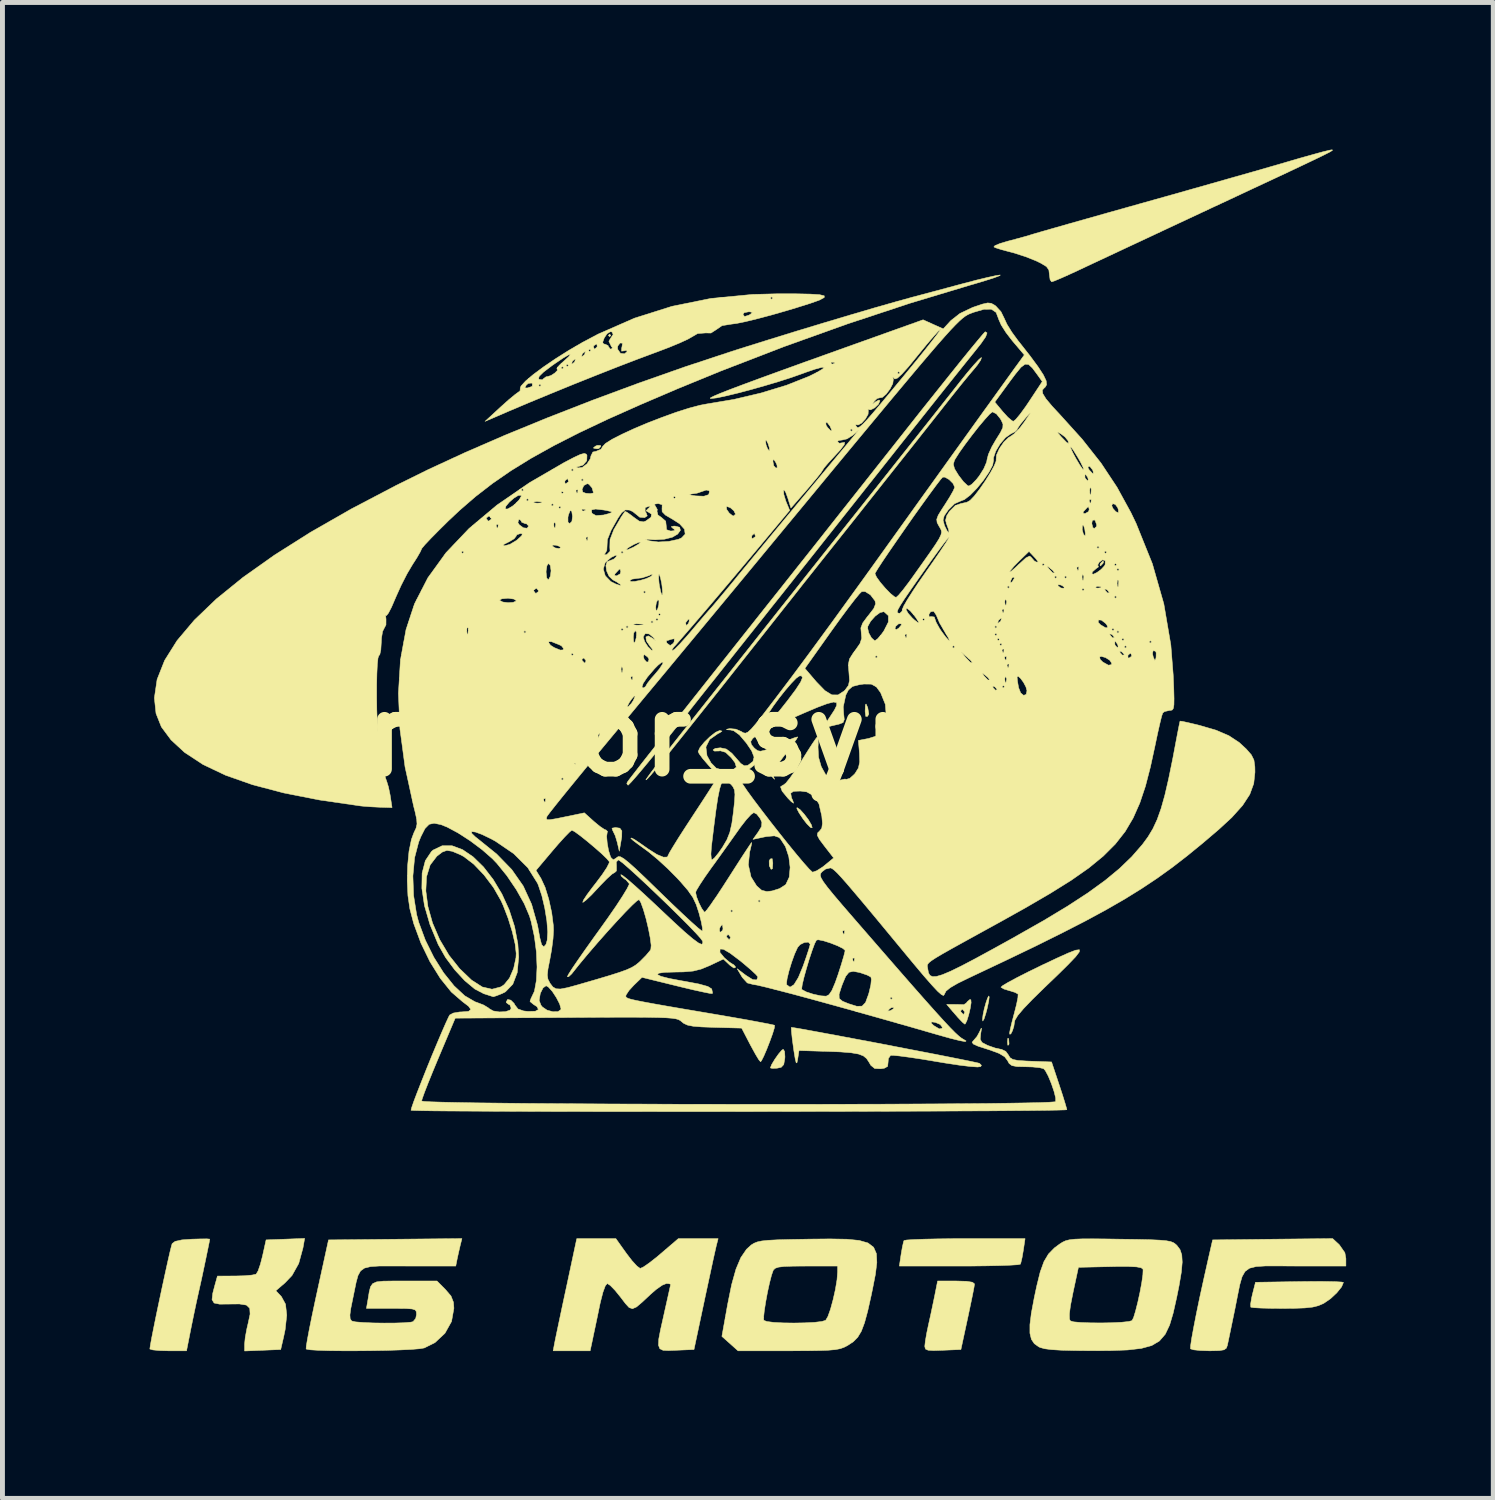
<source format=kicad_pcb>
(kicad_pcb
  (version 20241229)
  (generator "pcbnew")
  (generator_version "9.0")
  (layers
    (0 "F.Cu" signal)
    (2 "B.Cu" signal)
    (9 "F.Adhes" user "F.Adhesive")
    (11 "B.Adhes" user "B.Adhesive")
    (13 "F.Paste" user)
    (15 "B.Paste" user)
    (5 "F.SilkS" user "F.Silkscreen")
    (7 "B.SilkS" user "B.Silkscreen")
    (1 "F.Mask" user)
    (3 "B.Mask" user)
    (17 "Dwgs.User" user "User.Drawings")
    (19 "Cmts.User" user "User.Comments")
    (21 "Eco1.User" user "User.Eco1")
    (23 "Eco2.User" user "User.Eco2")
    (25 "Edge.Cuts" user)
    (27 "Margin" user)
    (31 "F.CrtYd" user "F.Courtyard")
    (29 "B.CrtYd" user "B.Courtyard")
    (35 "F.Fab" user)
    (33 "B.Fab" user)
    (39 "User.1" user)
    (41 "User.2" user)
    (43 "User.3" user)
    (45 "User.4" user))
  (footprint "motor_symbol"
    (layer "F.Cu")
    (at 12.3 11.942)
    (property "Reference" "motor_symbol" (at 0 0 0) (layer "F.SilkS") (effects (font (size 1.524 1.524) (thickness 0.3))))
    (attr through_hole)
    (fp_poly (pts (xy -2.896 -8.153) (xy -2.921 -8.128) (xy -2.946 -8.153) (xy -2.921 -8.179) (xy -2.896 -8.153)) (stroke (width 0.01) (type solid)) (fill yes) (layer "F.SilkS"))
    (fp_poly (pts (xy 1.422 -0.076) (xy 1.397 -0.051) (xy 1.372 -0.076) (xy 1.397 -0.102) (xy 1.422 -0.076)) (stroke (width 0.01) (type solid)) (fill yes) (layer "F.SilkS"))
    (fp_poly (pts (xy 5.215 6.185) (xy 5.222 6.289) (xy 5.215 6.312) (xy 5.197 6.318) (xy 5.19 6.248) (xy 5.198 6.176) (xy 5.215 6.185)) (stroke (width 0.01) (type solid)) (fill yes) (layer "F.SilkS"))
    (fp_poly (pts (xy -3.099 -5.891) (xy -3.14 -5.848) (xy -3.175 -5.842) (xy -3.243 -5.853) (xy -3.251 -5.862) (xy -3.211 -5.895) (xy -3.175 -5.911) (xy -3.11 -5.912) (xy -3.099 -5.891)) (stroke (width 0.01) (type solid)) (fill yes) (layer "F.SilkS"))
    (fp_poly (pts (xy 0.406 2.602) (xy 0.406 2.606) (xy 0.398 2.719) (xy 0.371 2.732) (xy 0.334 2.659) (xy 0.332 2.56) (xy 0.354 2.521) (xy 0.393 2.514) (xy 0.406 2.602)) (stroke (width 0.01) (type solid)) (fill yes) (layer "F.SilkS"))
    (fp_poly (pts (xy 7.147 -3.523) (xy 7.137 -3.505) (xy 7.09 -3.457) (xy 7.081 -3.454) (xy 7.077 -3.487) (xy 7.087 -3.505) (xy 7.134 -3.554) (xy 7.143 -3.556) (xy 7.147 -3.523)) (stroke (width 0.01) (type solid)) (fill yes) (layer "F.SilkS"))
    (fp_poly (pts (xy 1.778 0.234) (xy 1.782 0.238) (xy 1.82 0.329) (xy 1.82 0.405) (xy 1.794 0.477) (xy 1.765 0.479) (xy 1.736 0.403) (xy 1.727 0.312) (xy 1.739 0.227) (xy 1.778 0.234)) (stroke (width 0.01) (type solid)) (fill yes) (layer "F.SilkS"))
    (fp_poly (pts (xy 2.338 -0.573) (xy 2.342 -0.563) (xy 2.363 -0.435) (xy 2.338 -0.388) (xy 2.302 -0.385) (xy 2.289 -0.477) (xy 2.289 -0.511) (xy 2.294 -0.621) (xy 2.307 -0.639) (xy 2.338 -0.573)) (stroke (width 0.01) (type solid)) (fill yes) (layer "F.SilkS"))
    (fp_poly (pts (xy -2.712 1.893) (xy -2.672 1.949) (xy -2.674 2.068) (xy -2.689 2.159) (xy -2.724 2.362) (xy -2.765 2.184) (xy -2.806 2.047) (xy -2.853 1.949) (xy -2.857 1.943) (xy -2.873 1.893) (xy -2.803 1.88) (xy -2.712 1.893)) (stroke (width 0.01) (type solid)) (fill yes) (layer "F.SilkS"))
    (fp_poly (pts (xy 0.959 1.512) (xy 1.044 1.605) (xy 1.131 1.72) (xy 1.193 1.826) (xy 1.209 1.885) (xy 1.173 1.877) (xy 1.099 1.802) (xy 1.024 1.706) (xy 0.941 1.581) (xy 0.897 1.496) (xy 0.899 1.473) (xy 0.959 1.512)) (stroke (width 0.01) (type solid)) (fill yes) (layer "F.SilkS"))
    (fp_poly (pts (xy 4.818 5.334) (xy 4.807 5.425) (xy 4.775 5.572) (xy 4.751 5.664) (xy 4.712 5.785) (xy 4.687 5.824) (xy 4.681 5.791) (xy 4.692 5.697) (xy 4.717 5.576) (xy 4.751 5.454) (xy 4.784 5.358) (xy 4.809 5.314) (xy 4.818 5.334)) (stroke (width 0.01) (type solid)) (fill yes) (layer "F.SilkS"))
    (fp_poly (pts (xy 0.646 6.445) (xy 0.653 6.555) (xy 0.651 6.586) (xy 0.629 6.712) (xy 0.577 6.768) (xy 0.495 6.786) (xy 0.394 6.79) (xy 0.356 6.781) (xy 0.382 6.713) (xy 0.446 6.606) (xy 0.523 6.497) (xy 0.59 6.419) (xy 0.618 6.401) (xy 0.646 6.445)) (stroke (width 0.01) (type solid)) (fill yes) (layer "F.SilkS"))
    (fp_poly (pts (xy 5.513 10.503) (xy 5.487 10.653) (xy 5.462 10.758) (xy 5.453 10.782) (xy 5.398 10.793) (xy 5.255 10.802) (xy 5.039 10.81) (xy 4.765 10.816) (xy 4.445 10.82) (xy 4.208 10.82) (xy 2.986 10.82) (xy 3.022 10.579) (xy 3.048 10.429) (xy 3.072 10.324) (xy 3.081 10.3) (xy 3.137 10.289) (xy 3.279 10.28) (xy 3.495 10.272) (xy 3.77 10.266) (xy 4.089 10.262) (xy 4.327 10.262) (xy 5.549 10.262) (xy 5.513 10.503)) (stroke (width 0.01) (type solid)) (fill yes) (layer "F.SilkS"))
    (fp_poly (pts (xy 4.355 11.131) (xy 4.476 11.15) (xy 4.518 11.184) (xy 4.518 11.189) (xy 4.507 11.26) (xy 4.478 11.41) (xy 4.435 11.617) (xy 4.384 11.859) (xy 4.378 11.887) (xy 4.241 12.522) (xy 3.873 12.537) (xy 3.683 12.543) (xy 3.572 12.536) (xy 3.52 12.513) (xy 3.506 12.468) (xy 3.505 12.451) (xy 3.516 12.35) (xy 3.544 12.188) (xy 3.577 12.03) (xy 3.628 11.799) (xy 3.68 11.552) (xy 3.708 11.417) (xy 3.766 11.125) (xy 4.144 11.125) (xy 4.355 11.131)) (stroke (width 0.01) (type solid)) (fill yes) (layer "F.SilkS"))
    (fp_poly (pts (xy 11.683 11.135) (xy 11.878 11.139) (xy 12.002 11.146) (xy 12.04 11.154) (xy 12.002 11.245) (xy 11.905 11.365) (xy 11.777 11.485) (xy 11.643 11.577) (xy 11.631 11.584) (xy 11.528 11.628) (xy 11.411 11.657) (xy 11.255 11.674) (xy 11.039 11.682) (xy 10.805 11.684) (xy 10.563 11.682) (xy 10.36 11.677) (xy 10.216 11.669) (xy 10.152 11.659) (xy 10.151 11.658) (xy 10.147 11.598) (xy 10.167 11.474) (xy 10.186 11.391) (xy 10.247 11.151) (xy 11.143 11.137) (xy 11.432 11.134) (xy 11.683 11.135)) (stroke (width 0.01) (type solid)) (fill yes) (layer "F.SilkS"))
    (fp_poly (pts (xy 4.444 5.392) (xy 4.449 5.451) (xy 4.431 5.566) (xy 4.399 5.701) (xy 4.362 5.819) (xy 4.329 5.884) (xy 4.32 5.888) (xy 4.274 5.851) (xy 4.186 5.759) (xy 4.122 5.685) (xy 4.065 5.619) (xy 4.234 5.619) (xy 4.242 5.639) (xy 4.287 5.687) (xy 4.296 5.69) (xy 4.317 5.65) (xy 4.318 5.639) (xy 4.279 5.59) (xy 4.264 5.588) (xy 4.234 5.619) (xy 4.065 5.619) (xy 3.951 5.486) (xy 4.109 5.486) (xy 4.23 5.488) (xy 4.3 5.491) (xy 4.3 5.491) (xy 4.351 5.458) (xy 4.373 5.429) (xy 4.424 5.386) (xy 4.444 5.392)) (stroke (width 0.01) (type solid)) (fill yes) (layer "F.SilkS"))
    (fp_poly (pts (xy -11.075 10.271) (xy -11.074 10.272) (xy -11.084 10.331) (xy -11.111 10.465) (xy -11.149 10.649) (xy -11.193 10.859) (xy -11.238 11.071) (xy -11.28 11.26) (xy -11.301 11.354) (xy -11.345 11.553) (xy -11.398 11.804) (xy -11.45 12.058) (xy -11.459 12.103) (xy -11.547 12.548) (xy -11.921 12.548) (xy -12.101 12.543) (xy -12.234 12.53) (xy -12.294 12.512) (xy -12.295 12.509) (xy -12.285 12.439) (xy -12.258 12.289) (xy -12.216 12.076) (xy -12.164 11.82) (xy -12.105 11.539) (xy -12.044 11.252) (xy -11.984 10.976) (xy -11.93 10.731) (xy -11.885 10.534) (xy -11.853 10.405) (xy -11.84 10.363) (xy -11.779 10.317) (xy -11.644 10.287) (xy -11.437 10.272) (xy -11.26 10.267) (xy -11.131 10.266) (xy -11.075 10.271)) (stroke (width 0.01) (type solid)) (fill yes) (layer "F.SilkS"))
    (fp_poly (pts (xy 6.656 4.414) (xy 6.58 4.514) (xy 6.429 4.672) (xy 6.204 4.894) (xy 5.946 5.141) (xy 5.695 5.387) (xy 5.515 5.575) (xy 5.399 5.713) (xy 5.342 5.808) (xy 5.333 5.848) (xy 5.32 5.936) (xy 5.291 6.025) (xy 5.259 6.087) (xy 5.237 6.094) (xy 5.233 6.069) (xy 5.246 5.998) (xy 5.279 5.858) (xy 5.326 5.678) (xy 5.33 5.665) (xy 5.375 5.487) (xy 5.403 5.349) (xy 5.407 5.278) (xy 5.406 5.276) (xy 5.345 5.241) (xy 5.232 5.207) (xy 5.118 5.172) (xy 5.057 5.135) (xy 5.093 5.103) (xy 5.208 5.034) (xy 5.387 4.938) (xy 5.617 4.821) (xy 5.884 4.691) (xy 5.896 4.685) (xy 6.202 4.541) (xy 6.43 4.438) (xy 6.581 4.38) (xy 6.657 4.371) (xy 6.656 4.414)) (stroke (width 0.01) (type solid)) (fill yes) (layer "F.SilkS"))
    (fp_poly (pts (xy -9.173 10.45) (xy -9.26 10.768) (xy -9.397 11.013) (xy -9.537 11.16) (xy -9.726 11.323) (xy -9.613 11.443) (xy -9.529 11.597) (xy -9.504 11.821) (xy -9.537 12.12) (xy -9.568 12.268) (xy -9.627 12.522) (xy -9.995 12.537) (xy -10.363 12.552) (xy -10.363 12.408) (xy -10.35 12.277) (xy -10.317 12.098) (xy -10.291 11.987) (xy -10.251 11.8) (xy -10.258 11.681) (xy -10.326 11.616) (xy -10.469 11.593) (xy -10.675 11.595) (xy -10.873 11.597) (xy -10.985 11.574) (xy -11.027 11.505) (xy -11.012 11.374) (xy -10.97 11.214) (xy -10.917 11.024) (xy -10.551 11.023) (xy -10.363 11.018) (xy -10.212 11.004) (xy -10.13 10.986) (xy -10.128 10.985) (xy -10.088 10.919) (xy -10.041 10.783) (xy -9.998 10.617) (xy -9.925 10.287) (xy -9.139 10.257) (xy -9.173 10.45)) (stroke (width 0.01) (type solid)) (fill yes) (layer "F.SilkS"))
    (fp_poly (pts (xy 11.955 10.385) (xy 12.069 10.548) (xy 12.09 10.666) (xy 12.09 10.82) (xy 11.073 10.82) (xy 10.72 10.818) (xy 10.454 10.818) (xy 10.261 10.83) (xy 10.125 10.864) (xy 10.034 10.93) (xy 9.973 11.038) (xy 9.927 11.198) (xy 9.882 11.419) (xy 9.83 11.684) (xy 9.778 11.936) (xy 9.732 12.159) (xy 9.696 12.332) (xy 9.675 12.43) (xy 9.675 12.433) (xy 9.653 12.494) (xy 9.605 12.528) (xy 9.507 12.544) (xy 9.335 12.548) (xy 9.298 12.548) (xy 9.12 12.542) (xy 8.985 12.528) (xy 8.923 12.508) (xy 8.922 12.508) (xy 8.924 12.445) (xy 8.946 12.295) (xy 8.987 12.071) (xy 9.043 11.784) (xy 9.113 11.447) (xy 9.195 11.073) (xy 9.285 10.672) (xy 9.286 10.668) (xy 9.373 10.287) (xy 10.596 10.273) (xy 11.82 10.26) (xy 11.955 10.385)) (stroke (width 0.01) (type solid)) (fill yes) (layer "F.SilkS"))
    (fp_poly (pts (xy 0.836 5.961) (xy 0.973 5.984) (xy 1.183 6.022) (xy 1.454 6.072) (xy 1.772 6.131) (xy 2.123 6.197) (xy 2.495 6.267) (xy 2.874 6.34) (xy 3.247 6.412) (xy 3.601 6.48) (xy 3.923 6.543) (xy 4.199 6.598) (xy 4.416 6.642) (xy 4.562 6.673) (xy 4.619 6.687) (xy 4.659 6.727) (xy 4.644 6.754) (xy 4.579 6.762) (xy 4.427 6.751) (xy 4.204 6.724) (xy 3.922 6.681) (xy 3.735 6.65) (xy 3.448 6.602) (xy 3.194 6.564) (xy 2.99 6.537) (xy 2.855 6.524) (xy 2.808 6.525) (xy 2.762 6.589) (xy 2.756 6.666) (xy 2.747 6.749) (xy 2.679 6.787) (xy 2.606 6.798) (xy 2.483 6.792) (xy 2.405 6.728) (xy 2.366 6.662) (xy 2.318 6.589) (xy 2.252 6.535) (xy 2.151 6.497) (xy 1.999 6.471) (xy 1.78 6.454) (xy 1.479 6.442) (xy 1.422 6.441) (xy 0.94 6.426) (xy 0.913 6.604) (xy 0.898 6.676) (xy 0.883 6.677) (xy 0.863 6.598) (xy 0.835 6.428) (xy 0.828 6.376) (xy 0.802 6.186) (xy 0.787 6.039) (xy 0.783 5.961) (xy 0.785 5.955) (xy 0.836 5.961)) (stroke (width 0.01) (type solid)) (fill yes) (layer "F.SilkS"))
    (fp_poly (pts (xy -2.578 10.564) (xy -2.464 10.712) (xy -2.365 10.82) (xy -2.3 10.868) (xy -2.296 10.868) (xy -2.23 10.838) (xy -2.11 10.755) (xy -1.956 10.634) (xy -1.876 10.566) (xy -1.521 10.262) (xy -0.709 10.262) (xy -0.745 10.401) (xy -0.766 10.493) (xy -0.805 10.667) (xy -0.856 10.904) (xy -0.917 11.187) (xy -0.984 11.498) (xy -0.991 11.532) (xy -1.201 12.522) (xy -1.566 12.537) (xy -1.722 12.543) (xy -1.831 12.538) (xy -1.897 12.506) (xy -1.925 12.434) (xy -1.919 12.308) (xy -1.882 12.114) (xy -1.82 11.838) (xy -1.803 11.761) (xy -1.753 11.538) (xy -1.712 11.354) (xy -1.685 11.232) (xy -1.676 11.19) (xy -1.719 11.178) (xy -1.765 11.177) (xy -1.848 11.21) (xy -1.971 11.296) (xy -2.083 11.393) (xy -2.256 11.555) (xy -2.373 11.654) (xy -2.455 11.69) (xy -2.524 11.666) (xy -2.599 11.584) (xy -2.695 11.458) (xy -2.809 11.317) (xy -2.907 11.216) (xy -2.968 11.176) (xy -2.969 11.176) (xy -3.009 11.223) (xy -3.057 11.353) (xy -3.107 11.547) (xy -3.118 11.595) (xy -3.167 11.833) (xy -3.217 12.071) (xy -3.258 12.263) (xy -3.261 12.281) (xy -3.318 12.548) (xy -4.072 12.548) (xy -4.046 12.408) (xy -4.028 12.316) (xy -3.992 12.143) (xy -3.942 11.906) (xy -3.882 11.622) (xy -3.815 11.31) (xy -3.805 11.265) (xy -3.591 10.262) (xy -2.793 10.262) (xy -2.578 10.564)) (stroke (width 0.01) (type solid)) (fill yes) (layer "F.SilkS"))
    (fp_poly (pts (xy 11.813 -11.936) (xy 11.818 -11.931) (xy 11.804 -11.919) (xy 11.766 -11.895) (xy 11.694 -11.858) (xy 11.584 -11.803) (xy 11.428 -11.728) (xy 11.218 -11.628) (xy 10.949 -11.501) (xy 10.612 -11.343) (xy 10.203 -11.152) (xy 9.712 -10.922) (xy 9.347 -10.752) (xy 8.892 -10.539) (xy 8.445 -10.33) (xy 8.019 -10.13) (xy 7.627 -9.947) (xy 7.282 -9.785) (xy 6.995 -9.651) (xy 6.78 -9.55) (xy 6.687 -9.506) (xy 6.469 -9.405) (xy 6.284 -9.322) (xy 6.151 -9.266) (xy 6.09 -9.246) (xy 6.059 -9.29) (xy 6.045 -9.396) (xy 6.045 -9.397) (xy 6.034 -9.488) (xy 5.985 -9.557) (xy 5.875 -9.624) (xy 5.779 -9.671) (xy 5.565 -9.757) (xy 5.331 -9.833) (xy 5.232 -9.859) (xy 5.072 -9.901) (xy 4.953 -9.939) (xy 4.913 -9.958) (xy 4.937 -9.986) (xy 5.04 -10.028) (xy 5.198 -10.075) (xy 5.218 -10.08) (xy 5.412 -10.132) (xy 5.584 -10.179) (xy 5.69 -10.212) (xy 5.764 -10.234) (xy 5.926 -10.281) (xy 6.164 -10.349) (xy 6.468 -10.436) (xy 6.826 -10.537) (xy 7.228 -10.651) (xy 7.663 -10.773) (xy 7.925 -10.847) (xy 8.41 -10.983) (xy 8.898 -11.121) (xy 9.374 -11.256) (xy 9.82 -11.383) (xy 10.222 -11.497) (xy 10.562 -11.595) (xy 10.825 -11.671) (xy 10.882 -11.688) (xy 11.163 -11.77) (xy 11.413 -11.84) (xy 11.613 -11.895) (xy 11.748 -11.928) (xy 11.797 -11.937) (xy 11.813 -11.936)) (stroke (width 0.01) (type solid)) (fill yes) (layer "F.SilkS"))
    (fp_poly (pts (xy -6.133 2.251) (xy -5.92 2.33) (xy -5.704 2.477) (xy -5.493 2.683) (xy -5.295 2.939) (xy -5.118 3.233) (xy -4.97 3.556) (xy -4.859 3.899) (xy -4.792 4.251) (xy -4.775 4.521) (xy -4.805 4.838) (xy -4.895 5.074) (xy -5.045 5.229) (xy -5.113 5.264) (xy -5.227 5.309) (xy -5.291 5.329) (xy -5.294 5.329) (xy -5.347 5.312) (xy -5.459 5.276) (xy -5.486 5.268) (xy -5.67 5.172) (xy -5.873 5.003) (xy -6.078 4.782) (xy -6.266 4.529) (xy -6.415 4.266) (xy -6.584 3.858) (xy -6.696 3.472) (xy -6.741 3.171) (xy -6.668 3.171) (xy -6.626 3.49) (xy -6.532 3.825) (xy -6.387 4.162) (xy -6.196 4.484) (xy -5.981 4.755) (xy -5.736 4.99) (xy -5.516 5.131) (xy -5.319 5.176) (xy -5.14 5.129) (xy -5.071 5.083) (xy -4.962 4.949) (xy -4.877 4.751) (xy -4.83 4.531) (xy -4.826 4.446) (xy -4.847 4.256) (xy -4.905 4.007) (xy -4.989 3.734) (xy -5.091 3.468) (xy -5.135 3.371) (xy -5.288 3.103) (xy -5.481 2.847) (xy -5.69 2.628) (xy -5.895 2.471) (xy -5.968 2.432) (xy -6.13 2.364) (xy -6.239 2.346) (xy -6.333 2.38) (xy -6.444 2.465) (xy -6.58 2.643) (xy -6.654 2.883) (xy -6.668 3.171) (xy -6.741 3.171) (xy -6.749 3.118) (xy -6.744 2.809) (xy -6.678 2.555) (xy -6.553 2.368) (xy -6.519 2.339) (xy -6.335 2.251) (xy -6.133 2.251)) (stroke (width 0.01) (type solid)) (fill yes) (layer "F.SilkS"))
    (fp_poly (pts (xy 4.774 -8.205) (xy 4.746 -8.126) (xy 4.649 -7.986) (xy 4.532 -7.839) (xy 4.453 -7.741) (xy 4.318 -7.573) (xy 4.134 -7.343) (xy 3.908 -7.06) (xy 3.647 -6.732) (xy 3.359 -6.369) (xy 3.049 -5.98) (xy 2.726 -5.572) (xy 2.639 -5.462) (xy 2.288 -5.019) (xy 1.928 -4.565) (xy 1.57 -4.113) (xy 1.224 -3.676) (xy 0.9 -3.268) (xy 0.609 -2.9) (xy 0.36 -2.588) (xy 0.178 -2.357) (xy -0.087 -2.024) (xy -0.395 -1.636) (xy -0.725 -1.219) (xy -1.059 -0.799) (xy -1.374 -0.4) (xy -1.565 -0.159) (xy -1.803 0.138) (xy -2.021 0.408) (xy -2.212 0.64) (xy -2.368 0.825) (xy -2.48 0.952) (xy -2.54 1.013) (xy -2.546 1.016) (xy -2.571 0.983) (xy -2.559 0.953) (xy -2.517 0.895) (xy -2.421 0.771) (xy -2.283 0.593) (xy -2.111 0.374) (xy -1.915 0.127) (xy -1.855 0.051) (xy -1.594 -0.277) (xy -1.297 -0.651) (xy -0.991 -1.037) (xy -0.703 -1.401) (xy -0.524 -1.626) (xy -0.277 -1.938) (xy 0.01 -2.3) (xy 0.313 -2.682) (xy 0.609 -3.054) (xy 0.87 -3.384) (xy 1.056 -3.618) (xy 1.295 -3.919) (xy 1.575 -4.274) (xy 1.887 -4.668) (xy 2.221 -5.09) (xy 2.565 -5.525) (xy 2.91 -5.961) (xy 3.15 -6.265) (xy 3.456 -6.652) (xy 3.745 -7.014) (xy 4.008 -7.343) (xy 4.24 -7.632) (xy 4.435 -7.872) (xy 4.587 -8.056) (xy 4.689 -8.177) (xy 4.735 -8.227) (xy 4.737 -8.228) (xy 4.774 -8.205)) (stroke (width 0.01) (type solid)) (fill yes) (layer "F.SilkS"))
    (fp_poly (pts (xy 4.66 -7.701) (xy 4.645 -7.651) (xy 4.578 -7.552) (xy 4.516 -7.476) (xy 4.409 -7.35) (xy 4.263 -7.172) (xy 4.102 -6.971) (xy 4.008 -6.853) (xy 3.87 -6.677) (xy 3.68 -6.436) (xy 3.45 -6.145) (xy 3.191 -5.817) (xy 2.914 -5.468) (xy 2.631 -5.111) (xy 2.354 -4.761) (xy 2.094 -4.432) (xy 1.862 -4.14) (xy 1.669 -3.898) (xy 1.554 -3.753) (xy 1.418 -3.582) (xy 1.237 -3.354) (xy 1.028 -3.091) (xy 0.81 -2.814) (xy 0.648 -2.61) (xy 0.147 -1.976) (xy -0.294 -1.419) (xy -0.679 -0.932) (xy -1.012 -0.514) (xy -1.295 -0.159) (xy -1.532 0.138) (xy -1.726 0.379) (xy -1.881 0.569) (xy -2 0.713) (xy -2.086 0.815) (xy -2.143 0.878) (xy -2.174 0.906) (xy -2.182 0.907) (xy -2.152 0.86) (xy -2.068 0.744) (xy -1.938 0.573) (xy -1.771 0.356) (xy -1.575 0.106) (xy -1.445 -0.058) (xy -1.212 -0.352) (xy -0.934 -0.703) (xy -0.626 -1.091) (xy -0.307 -1.494) (xy 0.007 -1.891) (xy 0.295 -2.255) (xy 0.554 -2.582) (xy 0.805 -2.898) (xy 1.037 -3.192) (xy 1.241 -3.449) (xy 1.406 -3.657) (xy 1.522 -3.803) (xy 1.549 -3.837) (xy 1.73 -4.064) (xy 1.953 -4.345) (xy 2.21 -4.668) (xy 2.489 -5.019) (xy 2.78 -5.386) (xy 3.073 -5.756) (xy 3.357 -6.114) (xy 3.622 -6.448) (xy 3.857 -6.746) (xy 4.052 -6.992) (xy 4.196 -7.175) (xy 4.219 -7.205) (xy 4.374 -7.397) (xy 4.507 -7.553) (xy 4.605 -7.659) (xy 4.656 -7.702) (xy 4.66 -7.701)) (stroke (width 0.01) (type solid)) (fill yes) (layer "F.SilkS"))
    (fp_poly (pts (xy -5.966 10.394) (xy -6.002 10.55) (xy -6.029 10.674) (xy -6.058 10.82) (xy -7.018 10.82) (xy -7.359 10.819) (xy -7.612 10.819) (xy -7.794 10.831) (xy -7.918 10.861) (xy -7.999 10.919) (xy -8.051 11.013) (xy -8.089 11.151) (xy -8.128 11.341) (xy -8.155 11.473) (xy -8.198 11.684) (xy -8.216 11.817) (xy -8.211 11.894) (xy -8.184 11.935) (xy -8.174 11.942) (xy -8.098 11.959) (xy -7.946 11.971) (xy -7.745 11.98) (xy -7.521 11.983) (xy -7.3 11.982) (xy -7.108 11.976) (xy -6.972 11.964) (xy -6.929 11.954) (xy -6.874 11.888) (xy -6.858 11.806) (xy -6.862 11.75) (xy -6.885 11.715) (xy -6.947 11.695) (xy -7.065 11.686) (xy -7.259 11.684) (xy -7.368 11.684) (xy -7.879 11.684) (xy -7.846 11.493) (xy -7.822 11.345) (xy -7.796 11.243) (xy -7.752 11.179) (xy -7.672 11.143) (xy -7.539 11.128) (xy -7.336 11.125) (xy -7.103 11.125) (xy -6.441 11.125) (xy -6.269 11.298) (xy -6.155 11.431) (xy -6.105 11.558) (xy -6.096 11.681) (xy -6.144 11.95) (xy -6.278 12.19) (xy -6.482 12.381) (xy -6.7 12.49) (xy -6.796 12.506) (xy -6.969 12.52) (xy -7.2 12.531) (xy -7.474 12.54) (xy -7.772 12.545) (xy -8.078 12.548) (xy -8.373 12.548) (xy -8.64 12.545) (xy -8.863 12.538) (xy -9.023 12.528) (xy -9.103 12.514) (xy -9.109 12.509) (xy -9.105 12.451) (xy -9.081 12.308) (xy -9.041 12.095) (xy -8.987 11.828) (xy -8.922 11.521) (xy -8.891 11.379) (xy -8.652 10.287) (xy -5.932 10.26) (xy -5.966 10.394)) (stroke (width 0.01) (type solid)) (fill yes) (layer "F.SilkS"))
    (fp_poly (pts (xy 1.913 10.273) (xy 2.167 10.298) (xy 2.347 10.35) (xy 2.461 10.437) (xy 2.518 10.567) (xy 2.527 10.748) (xy 2.498 10.987) (xy 2.438 11.295) (xy 2.413 11.415) (xy 2.341 11.737) (xy 2.276 11.976) (xy 2.211 12.149) (xy 2.137 12.272) (xy 2.047 12.363) (xy 1.932 12.439) (xy 1.928 12.441) (xy 1.856 12.478) (xy 1.779 12.505) (xy 1.679 12.524) (xy 1.542 12.536) (xy 1.352 12.543) (xy 1.093 12.547) (xy 0.749 12.548) (xy 0.718 12.548) (xy -0.303 12.548) (xy -0.632 12.254) (xy -0.563 11.87) (xy 0.218 11.87) (xy 0.222 11.927) (xy 0.285 11.951) (xy 0.426 11.969) (xy 0.618 11.979) (xy 0.837 11.982) (xy 1.058 11.978) (xy 1.256 11.968) (xy 1.407 11.95) (xy 1.484 11.926) (xy 1.529 11.849) (xy 1.582 11.701) (xy 1.635 11.507) (xy 1.682 11.298) (xy 1.715 11.1) (xy 1.727 10.942) (xy 1.727 10.82) (xy 1.094 10.82) (xy 0.826 10.822) (xy 0.642 10.828) (xy 0.524 10.842) (xy 0.456 10.865) (xy 0.42 10.899) (xy 0.414 10.909) (xy 0.38 11.005) (xy 0.339 11.164) (xy 0.297 11.356) (xy 0.26 11.556) (xy 0.232 11.737) (xy 0.218 11.87) (xy -0.563 11.87) (xy -0.515 11.601) (xy -0.433 11.197) (xy -0.345 10.883) (xy -0.246 10.648) (xy -0.131 10.479) (xy -0.035 10.391) (xy 0.022 10.356) (xy 0.088 10.329) (xy 0.181 10.309) (xy 0.314 10.295) (xy 0.503 10.285) (xy 0.762 10.278) (xy 1.107 10.272) (xy 1.144 10.271) (xy 1.574 10.267) (xy 1.913 10.273)) (stroke (width 0.01) (type solid)) (fill yes) (layer "F.SilkS"))
    (fp_poly (pts (xy 7.225 10.268) (xy 7.478 10.272) (xy 7.832 10.277) (xy 8.098 10.283) (xy 8.291 10.292) (xy 8.426 10.304) (xy 8.517 10.321) (xy 8.577 10.345) (xy 8.622 10.378) (xy 8.645 10.4) (xy 8.708 10.484) (xy 8.744 10.592) (xy 8.753 10.74) (xy 8.735 10.944) (xy 8.689 11.218) (xy 8.639 11.466) (xy 8.569 11.778) (xy 8.496 12.023) (xy 8.407 12.21) (xy 8.289 12.347) (xy 8.131 12.441) (xy 7.919 12.499) (xy 7.641 12.531) (xy 7.284 12.544) (xy 6.917 12.546) (xy 6.558 12.543) (xy 6.286 12.536) (xy 6.088 12.524) (xy 5.95 12.506) (xy 5.859 12.481) (xy 5.83 12.468) (xy 5.738 12.403) (xy 5.678 12.314) (xy 5.648 12.189) (xy 5.648 12.014) (xy 5.675 11.799) (xy 6.452 11.799) (xy 6.455 11.902) (xy 6.472 11.938) (xy 6.54 11.958) (xy 6.685 11.971) (xy 6.88 11.978) (xy 7.101 11.98) (xy 7.322 11.976) (xy 7.518 11.966) (xy 7.663 11.951) (xy 7.729 11.933) (xy 7.761 11.872) (xy 7.802 11.737) (xy 7.848 11.555) (xy 7.892 11.354) (xy 7.928 11.159) (xy 7.951 10.997) (xy 7.955 10.897) (xy 7.952 10.883) (xy 7.916 10.855) (xy 7.823 10.837) (xy 7.662 10.829) (xy 7.418 10.829) (xy 7.282 10.832) (xy 6.637 10.846) (xy 6.526 11.364) (xy 6.475 11.623) (xy 6.452 11.799) (xy 5.675 11.799) (xy 5.678 11.776) (xy 5.737 11.462) (xy 5.787 11.227) (xy 5.858 10.94) (xy 5.934 10.73) (xy 6.026 10.575) (xy 6.147 10.451) (xy 6.252 10.373) (xy 6.313 10.334) (xy 6.375 10.305) (xy 6.453 10.285) (xy 6.562 10.272) (xy 6.717 10.266) (xy 6.933 10.265) (xy 7.225 10.268)) (stroke (width 0.01) (type solid)) (fill yes) (layer "F.SilkS"))
    (fp_poly (pts (xy 5.045 -9.384) (xy 5.017 -9.366) (xy 4.907 -9.325) (xy 4.731 -9.269) (xy 4.505 -9.201) (xy 4.414 -9.175) (xy 3.196 -8.808) (xy 1.926 -8.388) (xy 0.631 -7.924) (xy -0.662 -7.425) (xy -1.545 -7.063) (xy -2.295 -6.742) (xy -2.959 -6.446) (xy -3.544 -6.169) (xy -4.062 -5.905) (xy -4.522 -5.649) (xy -4.934 -5.395) (xy -5.308 -5.137) (xy -5.653 -4.87) (xy -5.979 -4.588) (xy -6.21 -4.371) (xy -6.401 -4.182) (xy -6.563 -4.018) (xy -6.683 -3.891) (xy -6.748 -3.814) (xy -6.756 -3.798) (xy -6.783 -3.738) (xy -6.851 -3.62) (xy -6.941 -3.48) (xy -7.051 -3.294) (xy -7.171 -3.059) (xy -7.278 -2.822) (xy -7.292 -2.789) (xy -7.367 -2.615) (xy -7.43 -2.493) (xy -7.471 -2.441) (xy -7.48 -2.446) (xy -7.489 -2.453) (xy -7.481 -2.378) (xy -7.48 -2.369) (xy -7.481 -2.252) (xy -7.516 -2.186) (xy -7.55 -2.118) (xy -7.572 -1.984) (xy -7.577 -1.888) (xy -7.586 -1.74) (xy -7.607 -1.645) (xy -7.625 -1.626) (xy -7.643 -1.578) (xy -7.657 -1.45) (xy -7.666 -1.26) (xy -7.671 -1.029) (xy -7.671 -0.778) (xy -7.668 -0.527) (xy -7.66 -0.295) (xy -7.648 -0.103) (xy -7.633 0.029) (xy -7.616 0.079) (xy -7.582 0.149) (xy -7.587 0.217) (xy -7.592 0.329) (xy -7.573 0.501) (xy -7.537 0.694) (xy -7.49 0.87) (xy -7.465 0.94) (xy -7.43 1.054) (xy -7.397 1.213) (xy -7.39 1.257) (xy -7.357 1.473) (xy -7.603 1.466) (xy -7.787 1.457) (xy -7.955 1.444) (xy -8.001 1.439) (xy -8.83 1.319) (xy -9.562 1.175) (xy -10.201 1.007) (xy -10.75 0.814) (xy -11.211 0.595) (xy -11.587 0.348) (xy -11.863 0.093) (xy -12.06 -0.172) (xy -12.169 -0.446) (xy -12.202 -0.757) (xy -12.202 -0.766) (xy -12.147 -1.14) (xy -11.993 -1.529) (xy -11.739 -1.933) (xy -11.388 -2.349) (xy -10.94 -2.779) (xy -10.395 -3.221) (xy -9.754 -3.675) (xy -9.019 -4.14) (xy -8.189 -4.615) (xy -7.266 -5.099) (xy -6.605 -5.425) (xy -5.869 -5.765) (xy -5.054 -6.119) (xy -4.178 -6.478) (xy -3.262 -6.835) (xy -2.325 -7.182) (xy -1.387 -7.512) (xy -0.468 -7.816) (xy -0.279 -7.877) (xy 0.309 -8.061) (xy 0.897 -8.243) (xy 1.469 -8.416) (xy 2.008 -8.577) (xy 2.498 -8.721) (xy 2.923 -8.842) (xy 3.255 -8.934) (xy 3.452 -8.986) (xy 3.714 -9.056) (xy 4.007 -9.135) (xy 4.298 -9.213) (xy 4.314 -9.217) (xy 4.565 -9.283) (xy 4.781 -9.335) (xy 4.945 -9.371) (xy 5.035 -9.385) (xy 5.045 -9.384)) (stroke (width 0.01) (type solid)) (fill yes) (layer "F.SilkS"))
    (fp_poly (pts (xy 0.877 -9.002) (xy 1.168 -8.996) (xy 1.36 -8.984) (xy 1.455 -8.961) (xy 1.454 -8.926) (xy 1.359 -8.875) (xy 1.171 -8.808) (xy 0.891 -8.72) (xy 0.682 -8.657) (xy 0.379 -8.57) (xy 0.095 -8.495) (xy -0.15 -8.435) (xy -0.336 -8.397) (xy -0.437 -8.384) (xy -0.629 -8.353) (xy -0.738 -8.278) (xy -0.855 -8.202) (xy -0.965 -8.204) (xy -1.127 -8.192) (xy -1.226 -8.134) (xy -1.32 -8.08) (xy -1.488 -8.002) (xy -1.708 -7.911) (xy -1.958 -7.816) (xy -2.01 -7.797) (xy -2.34 -7.674) (xy -2.739 -7.521) (xy -3.186 -7.345) (xy -3.657 -7.157) (xy -4.129 -6.964) (xy -4.579 -6.778) (xy -4.978 -6.609) (xy -5.461 -6.401) (xy -5.131 -6.705) (xy -4.979 -6.841) (xy -4.853 -6.945) (xy -4.774 -7.003) (xy -4.76 -7.009) (xy -4.74 -7.042) (xy -4.747 -7.056) (xy -4.738 -7.086) (xy -4.651 -7.086) (xy -4.602 -7.081) (xy -4.514 -7.109) (xy -4.494 -7.122) (xy -4.495 -7.137) (xy -4.369 -7.137) (xy -4.343 -7.112) (xy -4.318 -7.137) (xy -4.343 -7.163) (xy -4.369 -7.137) (xy -4.495 -7.137) (xy -4.498 -7.171) (xy -4.512 -7.183) (xy -4.58 -7.175) (xy -4.62 -7.141) (xy -4.651 -7.086) (xy -4.738 -7.086) (xy -4.729 -7.12) (xy -4.635 -7.223) (xy -4.581 -7.269) (xy -4.371 -7.269) (xy -4.36 -7.259) (xy -4.292 -7.247) (xy -4.276 -7.266) (xy -4.217 -7.31) (xy -4.183 -7.315) (xy -4.114 -7.337) (xy -4.039 -7.386) (xy -3.987 -7.438) (xy -3.989 -7.468) (xy -3.997 -7.47) (xy -3.99 -7.493) (xy -3.912 -7.493) (xy -3.886 -7.468) (xy -3.861 -7.493) (xy -3.886 -7.518) (xy -3.912 -7.493) (xy -3.99 -7.493) (xy -3.988 -7.5) (xy -3.946 -7.544) (xy -3.81 -7.544) (xy -3.785 -7.518) (xy -3.759 -7.544) (xy -3.785 -7.569) (xy -3.81 -7.544) (xy -3.946 -7.544) (xy -3.918 -7.573) (xy -3.696 -7.573) (xy -3.689 -7.569) (xy -3.643 -7.605) (xy -3.632 -7.62) (xy -3.619 -7.667) (xy -3.626 -7.671) (xy -3.673 -7.635) (xy -3.683 -7.62) (xy -3.696 -7.573) (xy -3.918 -7.573) (xy -3.917 -7.573) (xy -3.863 -7.622) (xy -3.754 -7.721) (xy -3.751 -7.725) (xy -3.493 -7.725) (xy -3.486 -7.722) (xy -3.439 -7.757) (xy -3.429 -7.772) (xy -3.416 -7.82) (xy -3.423 -7.823) (xy -3.469 -7.787) (xy -3.48 -7.772) (xy -3.493 -7.725) (xy -3.751 -7.725) (xy -3.722 -7.765) (xy -3.762 -7.755) (xy -3.868 -7.693) (xy -4.034 -7.581) (xy -4.097 -7.537) (xy -4.268 -7.407) (xy -4.357 -7.32) (xy -4.371 -7.269) (xy -4.581 -7.269) (xy -4.478 -7.356) (xy -4.269 -7.511) (xy -4.022 -7.679) (xy -3.753 -7.849) (xy -3.353 -7.849) (xy -3.327 -7.823) (xy -3.302 -7.849) (xy -3.327 -7.874) (xy -3.353 -7.849) (xy -3.753 -7.849) (xy -3.749 -7.851) (xy -3.622 -7.925) (xy -3.251 -7.925) (xy -3.234 -7.875) (xy -3.229 -7.874) (xy -3.185 -7.91) (xy -3.175 -7.925) (xy -3.179 -7.972) (xy -3.197 -7.976) (xy -3.249 -7.939) (xy -3.251 -7.925) (xy -3.622 -7.925) (xy -3.476 -8.01) (xy -3.064 -8.01) (xy -3.04 -7.977) (xy -3.018 -7.976) (xy -2.953 -7.947) (xy -2.946 -7.925) (xy -2.907 -7.876) (xy -2.889 -7.874) (xy -2.864 -7.9) (xy -2.884 -7.931) (xy -2.76 -7.931) (xy -2.757 -7.871) (xy -2.7 -7.789) (xy -2.618 -7.778) (xy -2.566 -7.823) (xy -2.574 -7.851) (xy -2.619 -7.84) (xy -2.678 -7.833) (xy -2.676 -7.895) (xy -2.67 -7.917) (xy -2.658 -7.995) (xy -2.703 -7.999) (xy -2.709 -7.997) (xy -2.76 -7.931) (xy -2.884 -7.931) (xy -2.897 -7.952) (xy -2.936 -8.034) (xy -2.904 -8.09) (xy -2.849 -8.174) (xy -2.873 -8.224) (xy -2.908 -8.229) (xy -2.974 -8.188) (xy -3.031 -8.102) (xy -3.064 -8.01) (xy -3.476 -8.01) (xy -3.463 -8.017) (xy -3.177 -8.169) (xy -3.158 -8.179) (xy -2.412 -8.506) (xy -2.161 -8.585) (xy -0.203 -8.585) (xy -0.171 -8.538) (xy -0.079 -8.568) (xy -0.051 -8.585) (xy -0.011 -8.622) (xy -0.061 -8.635) (xy -0.089 -8.635) (xy -0.178 -8.617) (xy -0.203 -8.585) (xy -2.161 -8.585) (xy -1.649 -8.747) (xy -0.854 -8.908) (xy -0.773 -8.915) (xy 0.356 -8.915) (xy 0.381 -8.89) (xy 0.406 -8.915) (xy 0.381 -8.941) (xy 0.356 -8.915) (xy -0.773 -8.915) (xy -0.011 -8.989) (xy 0.486 -9.002) (xy 0.877 -9.002)) (stroke (width 0.01) (type solid)) (fill yes) (layer "F.SilkS"))
    (fp_poly (pts (xy 4.86 -8.808) (xy 4.928 -8.77) (xy 4.952 -8.753) (xy 5.058 -8.637) (xy 5.125 -8.5) (xy 5.179 -8.382) (xy 5.28 -8.219) (xy 5.405 -8.047) (xy 5.418 -8.032) (xy 5.647 -7.741) (xy 5.813 -7.516) (xy 5.922 -7.349) (xy 5.979 -7.229) (xy 5.988 -7.148) (xy 5.956 -7.095) (xy 5.944 -7.087) (xy 5.901 -7.039) (xy 5.909 -6.968) (xy 5.974 -6.862) (xy 6.102 -6.709) (xy 6.252 -6.548) (xy 6.712 -6.039) (xy 7.098 -5.55) (xy 7.424 -5.058) (xy 7.707 -4.541) (xy 7.814 -4.318) (xy 8.144 -3.499) (xy 8.378 -2.68) (xy 8.521 -1.842) (xy 8.569 -1.232) (xy 8.581 -0.948) (xy 8.586 -0.75) (xy 8.584 -0.623) (xy 8.572 -0.55) (xy 8.549 -0.517) (xy 8.513 -0.508) (xy 8.494 -0.508) (xy 8.393 -0.485) (xy 8.356 -0.456) (xy 8.333 -0.388) (xy 8.297 -0.241) (xy 8.251 -0.038) (xy 8.201 0.2) (xy 8.201 0.201) (xy 8.104 0.647) (xy 8.003 1.037) (xy 7.888 1.38) (xy 7.753 1.685) (xy 7.59 1.961) (xy 7.389 2.217) (xy 7.144 2.462) (xy 6.846 2.706) (xy 6.487 2.957) (xy 6.059 3.224) (xy 5.554 3.518) (xy 5.029 3.811) (xy 4.627 4.032) (xy 4.304 4.21) (xy 4.053 4.349) (xy 3.864 4.456) (xy 3.729 4.536) (xy 3.639 4.595) (xy 3.586 4.638) (xy 3.561 4.672) (xy 3.555 4.701) (xy 3.56 4.732) (xy 3.566 4.766) (xy 3.58 4.842) (xy 3.609 4.893) (xy 3.66 4.919) (xy 3.742 4.916) (xy 3.864 4.88) (xy 4.032 4.809) (xy 4.255 4.7) (xy 4.542 4.549) (xy 4.9 4.354) (xy 5.338 4.112) (xy 5.356 4.101) (xy 5.929 3.776) (xy 6.417 3.482) (xy 6.831 3.212) (xy 7.18 2.959) (xy 7.474 2.716) (xy 7.723 2.476) (xy 7.936 2.232) (xy 7.939 2.229) (xy 8.055 2.071) (xy 8.155 1.905) (xy 8.242 1.718) (xy 8.322 1.493) (xy 8.399 1.219) (xy 8.477 0.882) (xy 8.562 0.466) (xy 8.621 0.152) (xy 8.658 -0.043) (xy 8.688 -0.195) (xy 8.706 -0.28) (xy 8.709 -0.29) (xy 8.758 -0.284) (xy 8.881 -0.257) (xy 9.055 -0.216) (xy 9.106 -0.203) (xy 9.443 -0.105) (xy 9.704 0.007) (xy 9.914 0.145) (xy 10.058 0.278) (xy 10.162 0.397) (xy 10.215 0.503) (xy 10.234 0.641) (xy 10.236 0.752) (xy 10.211 0.983) (xy 10.13 1.205) (xy 9.983 1.43) (xy 9.763 1.675) (xy 9.496 1.921) (xy 9.167 2.201) (xy 8.855 2.456) (xy 8.55 2.692) (xy 8.241 2.914) (xy 7.918 3.129) (xy 7.572 3.343) (xy 7.193 3.561) (xy 6.771 3.789) (xy 6.295 4.033) (xy 5.757 4.3) (xy 5.145 4.594) (xy 4.451 4.922) (xy 4.411 4.941) (xy 4.177 5.055) (xy 4.024 5.144) (xy 3.937 5.215) (xy 3.904 5.279) (xy 3.903 5.283) (xy 3.886 5.305) (xy 3.843 5.285) (xy 3.766 5.217) (xy 3.651 5.094) (xy 3.49 4.91) (xy 3.277 4.657) (xy 3.099 4.442) (xy 2.756 4.027) (xy 2.472 3.684) (xy 2.24 3.406) (xy 2.055 3.187) (xy 1.911 3.018) (xy 1.801 2.894) (xy 1.72 2.807) (xy 1.662 2.752) (xy 1.62 2.72) (xy 1.59 2.705) (xy 1.579 2.703) (xy 1.482 2.726) (xy 1.406 2.784) (xy 1.382 2.817) (xy 1.375 2.854) (xy 1.39 2.907) (xy 1.436 2.984) (xy 1.519 3.096) (xy 1.645 3.251) (xy 1.822 3.459) (xy 2.057 3.731) (xy 2.171 3.862) (xy 2.594 4.349) (xy 2.956 4.765) (xy 3.262 5.115) (xy 3.517 5.404) (xy 3.726 5.638) (xy 3.893 5.822) (xy 4.024 5.962) (xy 4.124 6.063) (xy 4.198 6.131) (xy 4.25 6.172) (xy 4.27 6.184) (xy 4.347 6.231) (xy 4.329 6.244) (xy 4.216 6.224) (xy 4.008 6.172) (xy 3.746 6.098) (xy 3.182 5.935) (xy 2.94 5.866) (xy 3.634 5.866) (xy 3.686 5.917) (xy 3.8 5.985) (xy 3.856 5.975) (xy 3.861 5.949) (xy 3.818 5.894) (xy 3.719 5.852) (xy 3.644 5.842) (xy 3.634 5.866) (xy 2.94 5.866) (xy 2.636 5.78) (xy 2.118 5.634) (xy 2.084 5.624) (xy 2.748 5.624) (xy 2.799 5.614) (xy 2.809 5.61) (xy 2.871 5.57) (xy 2.872 5.547) (xy 2.818 5.553) (xy 2.78 5.582) (xy 2.748 5.624) (xy 2.084 5.624) (xy 1.637 5.5) (xy 1.201 5.38) (xy 0.819 5.277) (xy 0.5 5.194) (xy 0.407 5.17) (xy 0.994 5.17) (xy 0.997 5.182) (xy 1.088 5.231) (xy 1.232 5.278) (xy 1.386 5.311) (xy 1.494 5.318) (xy 1.552 5.288) (xy 1.558 5.279) (xy 1.757 5.279) (xy 1.76 5.366) (xy 1.827 5.421) (xy 1.947 5.47) (xy 2.118 5.524) (xy 2.226 5.521) (xy 2.297 5.447) (xy 2.329 5.359) (xy 2.794 5.359) (xy 2.819 5.385) (xy 2.845 5.359) (xy 2.819 5.334) (xy 2.794 5.359) (xy 2.329 5.359) (xy 2.355 5.288) (xy 2.366 5.253) (xy 2.404 5.093) (xy 2.416 4.973) (xy 2.405 4.927) (xy 2.331 4.888) (xy 2.203 4.844) (xy 2.174 4.835) (xy 2.046 4.811) (xy 1.959 4.831) (xy 1.892 4.913) (xy 1.825 5.072) (xy 1.804 5.13) (xy 1.757 5.279) (xy 1.558 5.279) (xy 1.611 5.201) (xy 1.679 5.041) (xy 1.736 4.879) (xy 1.8 4.68) (xy 1.832 4.572) (xy 2.032 4.572) (xy 2.051 4.614) (xy 2.066 4.606) (xy 2.072 4.546) (xy 2.066 4.538) (xy 2.036 4.545) (xy 2.032 4.572) (xy 1.832 4.572) (xy 1.85 4.513) (xy 1.877 4.406) (xy 1.88 4.385) (xy 1.836 4.345) (xy 1.727 4.291) (xy 1.585 4.235) (xy 1.444 4.19) (xy 1.336 4.168) (xy 1.297 4.174) (xy 1.26 4.244) (xy 1.209 4.381) (xy 1.15 4.558) (xy 1.092 4.752) (xy 1.041 4.935) (xy 1.006 5.083) (xy 0.994 5.17) (xy 0.407 5.17) (xy 0.252 5.131) (xy 0.085 5.092) (xy 0.009 5.08) (xy -0.049 5.065) (xy 0.684 5.065) (xy 0.689 5.085) (xy 0.757 5.134) (xy 0.837 5.084) (xy 0.927 4.938) (xy 1.024 4.703) (xy 1.09 4.514) (xy 1.14 4.362) (xy 1.166 4.271) (xy 1.168 4.259) (xy 1.133 4.216) (xy 1.052 4.222) (xy 0.963 4.266) (xy 0.912 4.323) (xy 0.85 4.459) (xy 0.788 4.631) (xy 0.734 4.809) (xy 0.697 4.963) (xy 0.684 5.065) (xy -0.049 5.065) (xy -0.114 5.048) (xy -0.213 4.939) (xy -0.226 4.919) (xy -0.321 4.758) (xy -0.143 4.893) (xy -0.004 4.98) (xy 0.078 4.987) (xy 0.102 4.925) (xy 0.065 4.879) (xy -0.034 4.786) (xy -0.178 4.663) (xy -0.258 4.597) (xy -0.462 4.443) (xy -0.599 4.362) (xy -0.668 4.356) (xy -0.669 4.357) (xy -0.672 4.426) (xy -0.582 4.535) (xy -0.576 4.541) (xy -0.475 4.626) (xy -0.403 4.672) (xy -0.394 4.674) (xy -0.358 4.714) (xy -0.356 4.733) (xy -0.387 4.744) (xy -0.463 4.692) (xy -0.479 4.677) (xy -0.602 4.561) (xy -0.882 4.694) (xy -1.054 4.765) (xy -1.218 4.806) (xy -1.415 4.823) (xy -1.582 4.826) (xy -1.802 4.832) (xy -1.923 4.85) (xy -1.946 4.878) (xy -1.873 4.914) (xy -1.706 4.957) (xy -1.445 5.006) (xy -1.38 5.017) (xy -1.099 5.07) (xy -0.919 5.12) (xy -0.841 5.169) (xy -0.839 5.173) (xy -0.823 5.248) (xy -0.828 5.265) (xy -0.881 5.26) (xy -1.015 5.233) (xy -1.211 5.19) (xy -1.451 5.133) (xy -1.553 5.108) (xy -2.261 4.934) (xy -2.426 5.093) (xy -2.526 5.202) (xy -2.584 5.29) (xy -2.591 5.313) (xy -2.589 5.331) (xy -2.575 5.347) (xy -2.542 5.364) (xy -2.478 5.383) (xy -2.376 5.406) (xy -2.224 5.436) (xy -2.013 5.475) (xy -1.735 5.524) (xy -1.379 5.585) (xy -0.937 5.66) (xy -0.742 5.693) (xy -0.411 5.75) (xy -0.115 5.802) (xy 0.132 5.848) (xy 0.316 5.883) (xy 0.423 5.906) (xy 0.443 5.913) (xy 0.437 5.967) (xy 0.401 6.085) (xy 0.345 6.24) (xy 0.282 6.401) (xy 0.221 6.543) (xy 0.174 6.635) (xy 0.156 6.655) (xy 0.12 6.613) (xy 0.053 6.502) (xy -0.033 6.345) (xy -0.051 6.312) (xy -0.229 5.969) (xy -0.786 5.954) (xy -1.041 5.945) (xy -1.216 5.931) (xy -1.332 5.908) (xy -1.409 5.873) (xy -1.45 5.84) (xy -1.479 5.816) (xy -1.515 5.796) (xy -1.569 5.78) (xy -1.648 5.768) (xy -1.763 5.759) (xy -1.923 5.753) (xy -2.137 5.749) (xy -2.414 5.747) (xy -2.763 5.747) (xy -3.193 5.749) (xy -3.715 5.752) (xy -3.813 5.753) (xy -6.069 5.766) (xy -6.412 6.579) (xy -6.524 6.848) (xy -6.621 7.087) (xy -6.696 7.28) (xy -6.742 7.409) (xy -6.755 7.455) (xy -6.706 7.464) (xy -6.562 7.472) (xy -6.332 7.479) (xy -6.022 7.486) (xy -5.639 7.493) (xy -5.192 7.498) (xy -4.688 7.504) (xy -4.133 7.508) (xy -3.535 7.512) (xy -2.902 7.516) (xy -2.241 7.518) (xy -1.56 7.521) (xy -0.865 7.522) (xy -0.164 7.523) (xy 0.536 7.523) (xy 1.227 7.523) (xy 1.902 7.521) (xy 2.554 7.52) (xy 3.175 7.517) (xy 3.758 7.514) (xy 4.295 7.51) (xy 4.779 7.506) (xy 5.204 7.5) (xy 5.561 7.494) (xy 5.843 7.488) (xy 6.042 7.48) (xy 6.153 7.472) (xy 6.173 7.467) (xy 6.173 7.393) (xy 6.14 7.261) (xy 6.086 7.102) (xy 6.023 6.949) (xy 5.962 6.835) (xy 5.927 6.796) (xy 5.847 6.776) (xy 5.701 6.761) (xy 5.558 6.757) (xy 5.383 6.753) (xy 5.281 6.733) (xy 5.224 6.69) (xy 5.192 6.631) (xy 5.133 6.553) (xy 5.021 6.485) (xy 4.835 6.416) (xy 4.775 6.397) (xy 4.592 6.338) (xy 4.495 6.294) (xy 4.469 6.258) (xy 4.492 6.23) (xy 4.57 6.139) (xy 4.621 6.045) (xy 4.655 5.97) (xy 4.661 5.981) (xy 4.644 6.084) (xy 4.634 6.197) (xy 4.671 6.262) (xy 4.78 6.319) (xy 4.795 6.325) (xy 4.937 6.375) (xy 5.053 6.4) (xy 5.066 6.401) (xy 5.155 6.443) (xy 5.208 6.515) (xy 5.242 6.572) (xy 5.3 6.608) (xy 5.404 6.629) (xy 5.576 6.64) (xy 5.673 6.644) (xy 6.089 6.659) (xy 6.245 7.127) (xy 6.312 7.331) (xy 6.364 7.499) (xy 6.395 7.606) (xy 6.401 7.633) (xy 6.351 7.637) (xy 6.207 7.641) (xy 5.976 7.645) (xy 5.665 7.649) (xy 5.281 7.652) (xy 4.832 7.656) (xy 4.325 7.658) (xy 3.767 7.661) (xy 3.165 7.663) (xy 2.526 7.665) (xy 1.858 7.667) (xy 1.168 7.668) (xy 0.463 7.669) (xy -0.249 7.67) (xy -0.962 7.671) (xy -1.667 7.671) (xy -2.359 7.67) (xy -3.03 7.67) (xy -3.671 7.669) (xy -4.277 7.668) (xy -4.841 7.666) (xy -5.353 7.664) (xy -5.809 7.661) (xy -6.199 7.659) (xy -6.518 7.656) (xy -6.757 7.652) (xy -6.91 7.648) (xy -6.97 7.644) (xy -6.97 7.643) (xy -6.958 7.593) (xy -6.914 7.465) (xy -6.843 7.278) (xy -6.753 7.049) (xy -6.652 6.795) (xy -6.545 6.532) (xy -6.439 6.279) (xy -6.342 6.051) (xy -6.261 5.866) (xy -6.203 5.741) (xy -6.182 5.702) (xy -6.108 5.662) (xy -5.978 5.64) (xy -5.941 5.639) (xy -5.798 5.628) (xy -5.75 5.59) (xy -5.797 5.523) (xy -5.921 5.429) (xy -6.149 5.232) (xy -6.373 4.954) (xy -6.584 4.615) (xy -6.768 4.236) (xy -6.915 3.838) (xy -6.994 3.537) (xy -7.033 3.269) (xy -7.047 2.965) (xy -7.045 2.866) (xy -6.932 2.866) (xy -6.918 3.264) (xy -6.856 3.653) (xy -6.814 3.81) (xy -6.678 4.176) (xy -6.505 4.525) (xy -6.306 4.841) (xy -6.092 5.108) (xy -5.875 5.31) (xy -5.666 5.432) (xy -5.631 5.444) (xy -5.49 5.498) (xy -5.391 5.558) (xy -5.378 5.571) (xy -5.295 5.619) (xy -5.171 5.639) (xy -5.045 5.634) (xy -4.952 5.602) (xy -4.928 5.563) (xy -4.955 5.495) (xy -4.978 5.486) (xy -5.028 5.448) (xy -5.029 5.436) (xy -5.001 5.385) (xy -4.936 5.399) (xy -4.869 5.465) (xy -4.851 5.499) (xy -4.789 5.579) (xy -4.675 5.619) (xy -4.585 5.629) (xy -4.436 5.625) (xy -4.373 5.59) (xy -4.401 5.532) (xy -4.474 5.485) (xy -4.544 5.427) (xy -4.537 5.405) (xy -4.358 5.405) (xy -4.321 5.502) (xy -4.292 5.538) (xy -4.198 5.602) (xy -4.08 5.635) (xy -3.974 5.633) (xy -3.916 5.593) (xy -3.912 5.575) (xy -3.94 5.476) (xy -4.006 5.348) (xy -4.089 5.221) (xy -4.17 5.131) (xy -4.216 5.105) (xy -4.278 5.149) (xy -4.332 5.256) (xy -4.336 5.271) (xy -4.358 5.405) (xy -4.537 5.405) (xy -4.524 5.363) (xy -4.522 5.361) (xy -4.454 5.217) (xy -4.414 4.997) (xy -4.401 4.723) (xy -4.414 4.417) (xy -4.455 4.101) (xy -4.521 3.797) (xy -4.555 3.683) (xy -4.662 3.431) (xy -4.823 3.146) (xy -5.016 2.861) (xy -5.22 2.61) (xy -5.311 2.515) (xy -5.52 2.332) (xy -5.762 2.151) (xy -6.002 1.995) (xy -5.736 1.995) (xy -5.659 2.07) (xy -5.619 2.101) (xy -5.224 2.42) (xy -4.916 2.737) (xy -4.682 3.072) (xy -4.512 3.443) (xy -4.391 3.87) (xy -4.344 4.128) (xy -4.308 4.267) (xy -4.263 4.312) (xy -4.218 4.261) (xy -4.194 4.177) (xy -4.183 4.01) (xy -4.201 3.78) (xy -4.243 3.522) (xy -4.303 3.268) (xy -4.375 3.052) (xy -4.392 3.013) (xy -4.555 2.753) (xy -4.422 2.753) (xy -4.321 2.917) (xy -4.237 3.098) (xy -4.161 3.344) (xy -4.102 3.615) (xy -4.069 3.874) (xy -4.065 3.972) (xy -4.075 4.148) (xy -4.104 4.371) (xy -4.14 4.571) (xy -4.178 4.764) (xy -4.191 4.887) (xy -4.179 4.971) (xy -4.141 5.045) (xy -4.134 5.057) (xy -4.079 5.129) (xy -4.015 5.167) (xy -3.922 5.172) (xy -3.777 5.144) (xy -3.559 5.084) (xy -3.536 5.077) (xy -3.184 4.975) (xy -2.916 4.895) (xy -2.716 4.831) (xy -2.572 4.779) (xy -2.469 4.732) (xy -2.393 4.686) (xy -2.329 4.635) (xy -2.295 4.604) (xy -2.181 4.489) (xy -2.097 4.389) (xy -2.081 4.363) (xy -2.074 4.281) (xy -2.093 4.131) (xy -2.13 3.941) (xy -2.178 3.739) (xy -2.232 3.553) (xy -2.283 3.412) (xy -2.32 3.349) (xy -2.363 3.373) (xy -2.461 3.463) (xy -2.601 3.605) (xy -2.772 3.788) (xy -2.964 3.999) (xy -3.164 4.225) (xy -3.361 4.454) (xy -3.544 4.674) (xy -3.695 4.864) (xy -3.756 4.92) (xy -3.783 4.921) (xy -3.761 4.875) (xy -3.688 4.759) (xy -3.57 4.586) (xy -3.417 4.367) (xy -3.237 4.114) (xy -3.151 3.995) (xy -2.958 3.725) (xy -2.79 3.482) (xy -2.657 3.278) (xy -2.565 3.126) (xy -2.522 3.038) (xy -2.521 3.024) (xy -2.59 2.943) (xy -2.62 2.927) (xy -2.685 2.869) (xy -2.692 2.84) (xy -2.658 2.856) (xy -2.56 2.933) (xy -2.411 3.062) (xy -2.221 3.234) (xy -2 3.44) (xy -1.911 3.524) (xy -1.62 3.798) (xy -1.394 4.005) (xy -1.227 4.147) (xy -1.113 4.231) (xy -1.046 4.261) (xy -1.021 4.241) (xy -1.025 4.196) (xy -1.066 4.139) (xy -1.105 4.095) (xy -0.541 4.095) (xy -0.533 4.115) (xy -0.488 4.163) (xy -0.48 4.166) (xy -0.458 4.126) (xy -0.457 4.115) (xy -0.496 4.066) (xy -0.511 4.064) (xy -0.541 4.095) (xy -1.105 4.095) (xy -1.168 4.026) (xy -1.191 4.002) (xy -0.68 4.002) (xy -0.659 4.013) (xy 1.829 4.013) (xy 1.847 4.055) (xy 1.863 4.047) (xy 1.869 3.987) (xy 1.863 3.979) (xy 1.832 3.986) (xy 1.829 4.013) (xy -0.659 4.013) (xy -0.615 3.972) (xy -0.61 3.937) (xy -0.62 3.869) (xy -0.63 3.861) (xy -0.662 3.901) (xy -0.679 3.937) (xy -0.68 4.002) (xy -1.191 4.002) (xy -1.318 3.87) (xy -1.504 3.684) (xy -1.713 3.478) (xy -1.932 3.267) (xy -2.148 3.061) (xy -2.349 2.874) (xy -2.522 2.717) (xy -2.653 2.603) (xy -2.731 2.545) (xy -2.744 2.54) (xy -2.785 2.582) (xy -2.782 2.667) (xy -2.782 2.764) (xy -2.814 2.794) (xy -2.872 2.829) (xy -2.976 2.923) (xy -3.109 3.059) (xy -3.157 3.111) (xy -3.29 3.253) (xy -3.397 3.355) (xy -3.461 3.403) (xy -3.47 3.404) (xy -3.452 3.356) (xy -3.381 3.248) (xy -3.271 3.1) (xy -3.198 3.007) (xy -3.072 2.839) (xy -2.978 2.697) (xy -2.93 2.601) (xy -2.928 2.575) (xy -2.978 2.515) (xy -3.083 2.413) (xy -3.223 2.29) (xy -3.375 2.162) (xy -3.518 2.048) (xy -3.63 1.966) (xy -3.69 1.934) (xy -3.691 1.934) (xy -3.739 1.972) (xy -3.837 2.072) (xy -3.968 2.217) (xy -4.078 2.345) (xy -4.422 2.753) (xy -4.555 2.753) (xy -4.589 2.699) (xy -4.877 2.412) (xy -5.247 2.16) (xy -5.334 2.112) (xy -5.522 2.021) (xy -5.658 1.971) (xy -5.733 1.963) (xy -5.736 1.995) (xy -6.002 1.995) (xy -6.009 1.991) (xy -6.233 1.871) (xy -6.361 1.82) (xy -6.499 1.792) (xy -6.601 1.814) (xy -6.685 1.9) (xy -6.769 2.065) (xy -6.814 2.176) (xy -6.897 2.493) (xy -6.932 2.866) (xy -7.045 2.866) (xy -7.039 2.654) (xy -7.011 2.363) (xy -6.962 2.123) (xy -6.913 1.99) (xy -6.867 1.892) (xy -6.848 1.808) (xy -6.855 1.706) (xy -6.857 1.698) (xy -4.212 1.698) (xy -4.195 1.719) (xy -4.132 1.719) (xy -4.005 1.698) (xy -3.797 1.655) (xy -3.788 1.654) (xy -3.436 1.58) (xy -3.242 1.755) (xy -3.121 1.855) (xy -3.026 1.919) (xy -2.994 1.93) (xy -2.963 1.961) (xy -2.97 1.978) (xy -2.982 2.06) (xy -2.97 2.198) (xy -2.943 2.348) (xy -2.905 2.469) (xy -2.892 2.495) (xy -2.846 2.538) (xy -2.785 2.501) (xy -2.773 2.489) (xy -2.742 2.471) (xy -2.697 2.477) (xy -2.63 2.516) (xy -2.531 2.595) (xy -2.391 2.72) (xy -2.2 2.901) (xy -1.949 3.145) (xy -1.876 3.216) (xy -1.639 3.445) (xy -1.427 3.646) (xy -1.25 3.81) (xy -1.118 3.927) (xy -1.042 3.987) (xy -1.029 3.992) (xy -1.028 3.934) (xy -1.052 3.805) (xy -1.096 3.634) (xy -1.098 3.626) (xy -1.155 3.451) (xy -1.223 3.306) (xy -1.297 3.2) (xy -1.168 3.2) (xy -1.149 3.291) (xy -1.102 3.412) (xy -1.045 3.527) (xy -0.995 3.597) (xy -0.98 3.605) (xy -0.958 3.581) (xy -0.457 3.581) (xy -0.432 3.607) (xy -0.406 3.581) (xy -0.432 3.556) (xy -0.457 3.581) (xy -0.958 3.581) (xy -0.941 3.563) (xy -0.858 3.45) (xy -0.809 3.378) (xy 0.102 3.378) (xy 0.127 3.404) (xy 0.152 3.378) (xy 0.127 3.353) (xy 0.102 3.378) (xy -0.809 3.378) (xy -0.74 3.279) (xy -0.599 3.064) (xy -0.489 2.893) (xy -0.338 2.657) (xy -0.208 2.455) (xy -0.106 2.3) (xy -0.043 2.206) (xy -0.026 2.184) (xy -0.03 2.228) (xy -0.055 2.336) (xy -0.066 2.377) (xy -0.093 2.64) (xy -0.038 2.886) (xy 0.077 3.07) (xy 0.179 3.159) (xy 0.283 3.185) (xy 0.393 3.172) (xy 0.545 3.124) (xy 0.663 3.048) (xy 0.673 3.037) (xy 0.741 2.891) (xy 0.759 2.692) (xy 0.732 2.474) (xy 0.664 2.268) (xy 0.561 2.109) (xy 0.531 2.081) (xy 0.438 2.049) (xy 0.278 2.063) (xy 0.232 2.072) (xy 0.002 2.121) (xy 0.109 1.971) (xy 0.177 1.859) (xy 0.183 1.774) (xy 0.15 1.698) (xy 0.08 1.607) (xy 0.019 1.575) (xy -0.038 1.614) (xy -0.134 1.718) (xy -0.25 1.867) (xy -0.286 1.918) (xy -0.426 2.115) (xy -0.597 2.355) (xy -0.772 2.599) (xy -0.848 2.703) (xy -0.979 2.889) (xy -1.084 3.048) (xy -1.151 3.159) (xy -1.168 3.2) (xy -1.297 3.2) (xy -1.323 3.162) (xy -1.472 2.989) (xy -1.542 2.913) (xy -1.732 2.721) (xy -1.939 2.531) (xy -2.129 2.374) (xy -2.19 2.329) (xy -2.336 2.223) (xy -2.443 2.142) (xy -2.489 2.099) (xy -2.489 2.098) (xy -2.472 2.093) (xy -2.412 2.125) (xy -2.296 2.203) (xy -2.128 2.321) (xy -1.957 2.429) (xy -1.824 2.484) (xy -1.744 2.481) (xy -1.727 2.446) (xy -1.715 2.421) (xy -0.856 2.421) (xy -0.848 2.518) (xy -0.833 2.539) (xy -0.783 2.499) (xy -0.7 2.397) (xy -0.619 2.281) (xy -0.53 2.129) (xy -0.47 1.978) (xy -0.428 1.791) (xy -0.398 1.569) (xy -0.374 1.348) (xy -0.366 1.203) (xy -0.376 1.112) (xy -0.406 1.049) (xy -0.434 1.014) (xy -0.5 0.946) (xy -0.531 0.927) (xy -0.245 0.927) (xy -0.207 0.998) (xy -0.117 1.131) (xy 0.014 1.311) (xy 0.175 1.524) (xy 0.354 1.757) (xy 0.541 1.995) (xy 0.725 2.226) (xy 0.895 2.434) (xy 1.04 2.606) (xy 1.149 2.728) (xy 1.212 2.787) (xy 1.219 2.79) (xy 1.303 2.76) (xy 1.422 2.684) (xy 1.471 2.645) (xy 1.647 2.5) (xy 1.459 2.258) (xy 1.357 2.122) (xy 1.314 2.04) (xy 1.32 1.989) (xy 1.355 1.956) (xy 1.404 1.895) (xy 1.418 1.795) (xy 1.405 1.646) (xy 1.347 1.398) (xy 1.247 1.237) (xy 1.098 1.153) (xy 0.972 1.136) (xy 0.828 1.141) (xy 0.771 1.181) (xy 0.787 1.273) (xy 0.816 1.337) (xy 0.829 1.384) (xy 0.784 1.353) (xy 0.714 1.282) (xy 0.596 1.138) (xy 0.563 1.049) (xy 0.614 1.015) (xy 0.622 1.014) (xy 0.673 0.973) (xy 0.762 0.862) (xy 0.876 0.698) (xy 0.984 0.531) (xy 1.106 0.336) (xy 1.21 0.175) (xy 1.284 0.067) (xy 1.314 0.03) (xy 1.329 0.062) (xy 1.332 0.168) (xy 1.328 0.238) (xy 1.338 0.445) (xy 1.393 0.637) (xy 1.48 0.795) (xy 1.587 0.902) (xy 1.703 0.938) (xy 1.778 0.914) (xy 1.875 0.891) (xy 1.907 0.897) (xy 1.976 0.877) (xy 2.066 0.796) (xy 2.082 0.778) (xy 2.151 0.667) (xy 2.178 0.543) (xy 2.173 0.37) (xy 2.151 0.104) (xy 2.358 0.064) (xy 2.513 0.015) (xy 2.611 -0.076) (xy 2.657 -0.153) (xy 2.72 -0.381) (xy 2.7 -0.632) (xy 2.604 -0.87) (xy 2.516 -0.99) (xy 2.494 -1.001) (xy 4.885 -1.001) (xy 4.897 -0.973) (xy 4.948 -0.919) (xy 4.978 -0.93) (xy 4.978 -0.937) (xy 4.942 -0.98) (xy 4.927 -0.991) (xy 5.08 -0.991) (xy 5.105 -0.965) (xy 5.131 -0.991) (xy 5.105 -1.016) (xy 5.08 -0.991) (xy 4.927 -0.991) (xy 4.92 -0.995) (xy 4.885 -1.001) (xy 2.494 -1.001) (xy 2.414 -1.044) (xy 2.264 -1.046) (xy 2.175 -1.034) (xy 2.031 -0.997) (xy 1.947 -0.924) (xy 1.894 -0.821) (xy 1.842 -0.58) (xy 1.85 -0.448) (xy 1.863 -0.321) (xy 1.838 -0.26) (xy 1.757 -0.229) (xy 1.74 -0.225) (xy 1.599 -0.192) (xy 1.505 -0.168) (xy 1.461 -0.167) (xy 1.468 -0.211) (xy 1.53 -0.315) (xy 1.572 -0.377) (xy 1.663 -0.517) (xy 1.71 -0.613) (xy 1.707 -0.667) (xy 1.645 -0.679) (xy 1.517 -0.647) (xy 1.316 -0.572) (xy 1.036 -0.453) (xy 0.826 -0.361) (xy 0.499 -0.215) (xy 0.258 -0.1) (xy 0.092 -0.01) (xy -0.005 0.064) (xy -0.044 0.127) (xy -0.032 0.187) (xy 0.021 0.252) (xy 0.044 0.273) (xy 0.096 0.313) (xy 0.155 0.324) (xy 0.242 0.304) (xy 0.382 0.248) (xy 0.527 0.182) (xy 0.702 0.105) (xy 0.837 0.053) (xy 0.908 0.032) (xy 0.914 0.034) (xy 0.885 0.085) (xy 0.807 0.194) (xy 0.696 0.34) (xy 0.66 0.386) (xy 0.518 0.575) (xy 0.438 0.707) (xy 0.411 0.8) (xy 0.431 0.873) (xy 0.445 0.894) (xy 0.439 0.893) (xy 0.38 0.832) (xy 0.343 0.791) (xy 0.255 0.686) (xy 0.206 0.611) (xy 0.203 0.599) (xy 0.162 0.563) (xy 0.132 0.559) (xy 0.047 0.593) (xy -0.061 0.676) (xy -0.165 0.78) (xy -0.233 0.876) (xy -0.245 0.927) (xy -0.531 0.927) (xy -0.555 0.912) (xy -0.601 0.918) (xy -0.641 0.975) (xy -0.678 1.091) (xy -0.715 1.273) (xy -0.754 1.532) (xy -0.798 1.875) (xy -0.846 2.273) (xy -0.856 2.421) (xy -1.715 2.421) (xy -1.701 2.392) (xy -1.626 2.267) (xy -1.514 2.086) (xy -1.371 1.864) (xy -1.219 1.631) (xy -1.057 1.384) (xy -0.917 1.168) (xy -0.807 0.996) (xy -0.735 0.882) (xy -0.711 0.84) (xy -0.743 0.796) (xy -0.824 0.7) (xy -0.913 0.601) (xy -1.022 0.475) (xy -1.096 0.374) (xy -1.116 0.33) (xy -1.08 0.251) (xy -0.99 0.14) (xy -0.874 0.027) (xy -0.76 -0.062) (xy -0.678 -0.098) (xy -0.676 -0.098) (xy -0.63 -0.087) (xy -0.673 -0.054) (xy -0.711 -0.036) (xy -0.882 0.084) (xy -0.958 0.237) (xy -0.936 0.414) (xy -0.854 0.561) (xy -0.748 0.669) (xy -0.62 0.709) (xy -0.552 0.711) (xy -0.398 0.697) (xy -0.337 0.648) (xy -0.366 0.556) (xy -0.44 0.457) (xy -0.557 0.346) (xy -0.663 0.315) (xy -0.694 0.319) (xy -0.784 0.321) (xy -0.813 0.298) (xy -0.769 0.267) (xy -0.663 0.254) (xy -0.543 0.279) (xy -0.429 0.366) (xy -0.351 0.455) (xy -0.247 0.574) (xy -0.174 0.621) (xy -0.107 0.612) (xy -0.092 0.604) (xy 0.001 0.533) (xy 0.024 0.443) (xy -0.025 0.317) (xy -0.134 0.156) (xy -0.274 -0.009) (xy -0.39 -0.093) (xy -0.455 -0.109) (xy -0.539 -0.115) (xy -0.525 -0.126) (xy -0.473 -0.137) (xy -0.348 -0.126) (xy -0.239 -0.079) (xy -0.194 -0.052) (xy -0.151 -0.044) (xy -0.101 -0.066) (xy -0.034 -0.128) (xy 0.062 -0.239) (xy 0.152 -0.354) (xy 0.28 -0.354) (xy 0.317 -0.316) (xy 0.365 -0.322) (xy 0.436 -0.38) (xy 0.542 -0.501) (xy 0.694 -0.693) (xy 0.705 -0.707) (xy 0.872 -0.93) (xy 0.973 -1.085) (xy 1.011 -1.178) (xy 0.989 -1.214) (xy 0.946 -1.21) (xy 0.882 -1.164) (xy 0.782 -1.06) (xy 0.659 -0.917) (xy 0.532 -0.757) (xy 0.416 -0.599) (xy 0.328 -0.465) (xy 0.282 -0.376) (xy 0.28 -0.354) (xy 0.152 -0.354) (xy 0.197 -0.41) (xy 0.381 -0.65) (xy 0.411 -0.689) (xy 0.76 -1.15) (xy 0.92 -1.365) (xy 1.06 -1.365) (xy 1.296 -1.089) (xy 1.468 -0.912) (xy 1.61 -0.825) (xy 1.737 -0.824) (xy 1.86 -0.905) (xy 1.882 -0.927) (xy 1.948 -1.017) (xy 1.97 -1.122) (xy 1.959 -1.27) (xy 4.677 -1.27) (xy 4.69 -1.243) (xy 4.718 -1.206) (xy 4.792 -1.128) (xy 4.825 -1.128) (xy 4.826 -1.137) (xy 4.817 -1.147) (xy 5.135 -1.147) (xy 5.144 -1.081) (xy 5.161 -1.081) (xy 5.174 -1.149) (xy 5.166 -1.178) (xy 5.154 -1.187) (xy 5.386 -1.187) (xy 5.395 -1.1) (xy 5.417 -0.972) (xy 5.46 -0.864) (xy 5.52 -0.815) (xy 5.571 -0.834) (xy 5.588 -0.909) (xy 5.567 -0.986) (xy 5.518 -1.079) (xy 5.458 -1.161) (xy 5.408 -1.206) (xy 5.386 -1.187) (xy 5.154 -1.187) (xy 5.143 -1.197) (xy 5.135 -1.147) (xy 4.817 -1.147) (xy 4.791 -1.179) (xy 4.737 -1.226) (xy 4.677 -1.27) (xy 1.959 -1.27) (xy 1.958 -1.283) (xy 1.958 -1.285) (xy 1.947 -1.422) (xy 5.182 -1.422) (xy 5.2 -1.381) (xy 5.215 -1.389) (xy 5.222 -1.449) (xy 5.215 -1.456) (xy 5.185 -1.449) (xy 5.182 -1.422) (xy 1.947 -1.422) (xy 1.946 -1.444) (xy 1.969 -1.557) (xy 1.996 -1.6) (xy 2.489 -1.6) (xy 2.515 -1.575) (xy 2.54 -1.6) (xy 2.515 -1.626) (xy 2.489 -1.6) (xy 1.996 -1.6) (xy 2.044 -1.676) (xy 2.063 -1.702) (xy 4.242 -1.702) (xy 4.339 -1.587) (xy 4.429 -1.492) (xy 4.468 -1.478) (xy 4.47 -1.491) (xy 4.436 -1.532) (xy 4.389 -1.575) (xy 5.131 -1.575) (xy 5.149 -1.533) (xy 5.165 -1.541) (xy 5.171 -1.6) (xy 7.07 -1.6) (xy 7.079 -1.549) (xy 7.134 -1.494) (xy 7.249 -1.43) (xy 7.309 -1.441) (xy 7.315 -1.471) (xy 7.276 -1.531) (xy 7.189 -1.586) (xy 7.102 -1.61) (xy 7.07 -1.6) (xy 5.171 -1.6) (xy 5.171 -1.601) (xy 5.165 -1.609) (xy 5.134 -1.602) (xy 5.131 -1.575) (xy 4.389 -1.575) (xy 4.356 -1.605) (xy 4.332 -1.626) (xy 7.645 -1.626) (xy 7.649 -1.579) (xy 7.668 -1.575) (xy 7.72 -1.612) (xy 7.722 -1.626) (xy 7.706 -1.671) (xy 8.146 -1.671) (xy 8.163 -1.595) (xy 8.195 -1.528) (xy 8.212 -1.555) (xy 8.22 -1.591) (xy 8.222 -1.684) (xy 8.209 -1.714) (xy 8.162 -1.728) (xy 8.146 -1.671) (xy 7.706 -1.671) (xy 7.704 -1.675) (xy 7.699 -1.676) (xy 7.656 -1.641) (xy 7.645 -1.626) (xy 4.332 -1.626) (xy 4.242 -1.702) (xy 2.063 -1.702) (xy 2.083 -1.727) (xy 5.08 -1.727) (xy 5.099 -1.685) (xy 5.114 -1.693) (xy 5.116 -1.713) (xy 7.476 -1.713) (xy 7.488 -1.684) (xy 7.539 -1.63) (xy 7.569 -1.641) (xy 7.569 -1.648) (xy 7.533 -1.691) (xy 7.511 -1.707) (xy 7.476 -1.713) (xy 5.116 -1.713) (xy 5.12 -1.754) (xy 5.114 -1.761) (xy 5.084 -1.754) (xy 5.08 -1.727) (xy 2.083 -1.727) (xy 2.085 -1.73) (xy 2.136 -1.803) (xy 4.064 -1.803) (xy 4.089 -1.778) (xy 4.115 -1.803) (xy 4.089 -1.829) (xy 4.064 -1.803) (xy 2.136 -1.803) (xy 2.172 -1.854) (xy 5.029 -1.854) (xy 5.055 -1.829) (xy 5.078 -1.853) (xy 7.379 -1.853) (xy 7.389 -1.832) (xy 7.438 -1.78) (xy 7.443 -1.803) (xy 7.569 -1.803) (xy 7.595 -1.778) (xy 7.62 -1.803) (xy 7.595 -1.829) (xy 7.569 -1.803) (xy 7.443 -1.803) (xy 7.447 -1.817) (xy 7.434 -1.856) (xy 7.401 -1.905) (xy 8.077 -1.905) (xy 8.103 -1.88) (xy 8.128 -1.905) (xy 8.103 -1.93) (xy 8.077 -1.905) (xy 7.401 -1.905) (xy 7.397 -1.912) (xy 7.38 -1.911) (xy 7.379 -1.853) (xy 5.078 -1.853) (xy 5.08 -1.854) (xy 5.055 -1.88) (xy 5.029 -1.854) (xy 2.172 -1.854) (xy 2.183 -1.87) (xy 2.219 -1.98) (xy 2.21 -2.082) (xy 2.201 -2.189) (xy 2.203 -2.194) (xy 2.338 -2.194) (xy 2.361 -2.09) (xy 2.417 -1.988) (xy 2.479 -1.932) (xy 2.49 -1.93) (xy 2.544 -1.969) (xy 2.597 -2.032) (xy 3.099 -2.032) (xy 3.117 -1.99) (xy 3.133 -1.998) (xy 3.139 -2.058) (xy 3.133 -2.066) (xy 3.102 -2.059) (xy 3.099 -2.032) (xy 2.597 -2.032) (xy 2.627 -2.068) (xy 2.672 -2.132) (xy 2.694 -2.175) (xy 2.896 -2.175) (xy 2.925 -2.155) (xy 2.973 -2.185) (xy 3.026 -2.248) (xy 3.027 -2.273) (xy 2.971 -2.274) (xy 2.912 -2.223) (xy 2.896 -2.175) (xy 2.694 -2.175) (xy 2.762 -2.31) (xy 2.763 -2.439) (xy 2.676 -2.518) (xy 2.676 -2.518) (xy 2.943 -2.518) (xy 2.953 -2.496) (xy 2.981 -2.489) (xy 2.997 -2.489) (xy 3.041 -2.531) (xy 3.046 -2.56) (xy 3.123 -2.56) (xy 3.167 -2.485) (xy 3.25 -2.392) (xy 3.297 -2.349) (xy 3.372 -2.293) (xy 3.381 -2.308) (xy 3.347 -2.362) (xy 3.454 -2.362) (xy 3.48 -2.337) (xy 3.505 -2.362) (xy 3.48 -2.388) (xy 3.454 -2.362) (xy 3.347 -2.362) (xy 3.324 -2.397) (xy 3.294 -2.438) (xy 3.27 -2.466) (xy 3.589 -2.466) (xy 3.592 -2.415) (xy 3.635 -2.421) (xy 3.698 -2.413) (xy 3.708 -2.383) (xy 3.736 -2.304) (xy 3.804 -2.181) (xy 3.842 -2.124) (xy 3.928 -2.008) (xy 3.988 -1.942) (xy 4.01 -1.934) (xy 4 -1.956) (xy 4.978 -1.956) (xy 5.004 -1.93) (xy 5.029 -1.956) (xy 7.518 -1.956) (xy 7.544 -1.93) (xy 7.569 -1.956) (xy 7.544 -1.981) (xy 7.518 -1.956) (xy 5.029 -1.956) (xy 5.004 -1.981) (xy 4.978 -1.956) (xy 4 -1.956) (xy 3.983 -1.992) (xy 3.951 -2.045) (xy 3.943 -2.057) (xy 4.928 -2.057) (xy 4.953 -2.032) (xy 4.978 -2.057) (xy 4.968 -2.068) (xy 7.273 -2.068) (xy 7.285 -2.04) (xy 7.336 -1.985) (xy 7.366 -1.997) (xy 7.366 -2.004) (xy 7.33 -2.047) (xy 7.307 -2.062) (xy 7.273 -2.068) (xy 4.968 -2.068) (xy 4.953 -2.083) (xy 4.928 -2.057) (xy 3.943 -2.057) (xy 3.913 -2.108) (xy 7.417 -2.108) (xy 7.442 -2.083) (xy 7.468 -2.108) (xy 7.442 -2.134) (xy 7.417 -2.108) (xy 3.913 -2.108) (xy 3.884 -2.159) (xy 7.315 -2.159) (xy 7.341 -2.134) (xy 7.366 -2.159) (xy 7.341 -2.184) (xy 7.315 -2.159) (xy 3.884 -2.159) (xy 3.854 -2.21) (xy 4.928 -2.21) (xy 4.953 -2.184) (xy 4.978 -2.21) (xy 4.953 -2.235) (xy 4.928 -2.21) (xy 3.854 -2.21) (xy 3.808 -2.289) (xy 4.991 -2.289) (xy 4.998 -2.286) (xy 5.021 -2.304) (xy 7.039 -2.304) (xy 7.089 -2.253) (xy 7.191 -2.193) (xy 7.239 -2.194) (xy 7.217 -2.251) (xy 7.189 -2.285) (xy 7.105 -2.349) (xy 7.047 -2.353) (xy 7.039 -2.304) (xy 5.021 -2.304) (xy 5.044 -2.322) (xy 5.055 -2.337) (xy 5.068 -2.384) (xy 5.061 -2.388) (xy 5.014 -2.352) (xy 5.004 -2.337) (xy 4.991 -2.289) (xy 3.808 -2.289) (xy 3.806 -2.292) (xy 3.739 -2.451) (xy 3.686 -2.531) (xy 3.622 -2.519) (xy 3.589 -2.466) (xy 3.27 -2.466) (xy 3.209 -2.538) (xy 3.206 -2.54) (xy 5.08 -2.54) (xy 5.099 -2.498) (xy 5.114 -2.506) (xy 5.12 -2.566) (xy 5.114 -2.574) (xy 5.084 -2.567) (xy 5.08 -2.54) (xy 3.206 -2.54) (xy 3.142 -2.589) (xy 3.134 -2.591) (xy 3.123 -2.56) (xy 3.046 -2.56) (xy 3.048 -2.571) (xy 3.076 -2.639) (xy 3.125 -2.722) (xy 5.135 -2.722) (xy 5.144 -2.656) (xy 5.161 -2.655) (xy 5.174 -2.723) (xy 5.166 -2.753) (xy 5.143 -2.772) (xy 5.135 -2.722) (xy 3.125 -2.722) (xy 3.154 -2.773) (xy 3.184 -2.819) (xy 7.366 -2.819) (xy 7.391 -2.794) (xy 7.417 -2.819) (xy 7.391 -2.845) (xy 7.366 -2.819) (xy 3.184 -2.819) (xy 3.272 -2.958) (xy 3.282 -2.972) (xy 6.706 -2.972) (xy 6.731 -2.946) (xy 6.756 -2.972) (xy 6.746 -2.983) (xy 7.171 -2.983) (xy 7.183 -2.954) (xy 7.234 -2.9) (xy 7.264 -2.911) (xy 7.264 -2.918) (xy 7.228 -2.961) (xy 7.206 -2.977) (xy 7.171 -2.983) (xy 6.746 -2.983) (xy 6.731 -2.997) (xy 6.706 -2.972) (xy 3.282 -2.972) (xy 3.316 -3.023) (xy 5.182 -3.023) (xy 5.207 -2.997) (xy 5.232 -3.023) (xy 5.207 -3.048) (xy 5.182 -3.023) (xy 3.316 -3.023) (xy 3.348 -3.071) (xy 6.219 -3.071) (xy 6.223 -3.047) (xy 6.278 -3.005) (xy 6.336 -2.998) (xy 6.344 -3.009) (xy 6.982 -3.009) (xy 7.032 -3.001) (xy 7.097 -3.011) (xy 7.098 -3.028) (xy 7.03 -3.04) (xy 7.001 -3.032) (xy 6.982 -3.009) (xy 6.344 -3.009) (xy 6.35 -3.017) (xy 6.31 -3.05) (xy 6.271 -3.067) (xy 6.219 -3.071) (xy 3.348 -3.071) (xy 3.367 -3.099) (xy 7.425 -3.099) (xy 7.433 -3.027) (xy 7.45 -3.035) (xy 7.457 -3.139) (xy 7.45 -3.162) (xy 7.432 -3.169) (xy 7.425 -3.099) (xy 3.367 -3.099) (xy 3.371 -3.105) (xy 5.246 -3.105) (xy 5.283 -3.129) (xy 5.29 -3.136) (xy 5.33 -3.203) (xy 5.324 -3.226) (xy 6.147 -3.226) (xy 6.172 -3.2) (xy 6.198 -3.226) (xy 6.35 -3.226) (xy 6.375 -3.2) (xy 6.401 -3.226) (xy 6.397 -3.23) (xy 6.71 -3.23) (xy 6.719 -3.164) (xy 6.736 -3.163) (xy 6.748 -3.231) (xy 6.74 -3.261) (xy 6.718 -3.28) (xy 6.71 -3.23) (xy 6.397 -3.23) (xy 6.375 -3.251) (xy 6.35 -3.226) (xy 6.198 -3.226) (xy 6.172 -3.251) (xy 6.147 -3.226) (xy 5.324 -3.226) (xy 5.324 -3.227) (xy 5.286 -3.212) (xy 5.261 -3.164) (xy 5.246 -3.105) (xy 3.371 -3.105) (xy 3.42 -3.177) (xy 3.504 -3.298) (xy 6.909 -3.298) (xy 6.94 -3.284) (xy 7.015 -3.32) (xy 7.094 -3.378) (xy 7.417 -3.378) (xy 7.442 -3.353) (xy 7.468 -3.378) (xy 7.442 -3.404) (xy 7.417 -3.378) (xy 7.094 -3.378) (xy 7.101 -3.383) (xy 7.167 -3.455) (xy 7.181 -3.48) (xy 7.366 -3.48) (xy 7.391 -3.454) (xy 7.417 -3.48) (xy 7.391 -3.505) (xy 7.366 -3.48) (xy 7.181 -3.48) (xy 7.182 -3.481) (xy 7.183 -3.561) (xy 7.13 -3.579) (xy 7.061 -3.53) (xy 7.028 -3.468) (xy 7.042 -3.453) (xy 7.043 -3.432) (xy 6.998 -3.4) (xy 6.924 -3.335) (xy 6.909 -3.298) (xy 3.504 -3.298) (xy 3.527 -3.331) (xy 5.232 -3.331) (xy 5.265 -3.345) (xy 5.348 -3.416) (xy 5.388 -3.454) (xy 5.998 -3.454) (xy 6.01 -3.428) (xy 6.039 -3.391) (xy 6.113 -3.312) (xy 6.146 -3.312) (xy 6.147 -3.321) (xy 6.112 -3.364) (xy 6.065 -3.404) (xy 6.604 -3.404) (xy 6.623 -3.362) (xy 6.638 -3.37) (xy 6.644 -3.43) (xy 6.638 -3.437) (xy 6.608 -3.43) (xy 6.604 -3.404) (xy 6.065 -3.404) (xy 6.058 -3.41) (xy 5.998 -3.454) (xy 5.388 -3.454) (xy 5.415 -3.48) (xy 5.893 -3.48) (xy 5.918 -3.454) (xy 5.944 -3.48) (xy 5.918 -3.505) (xy 5.893 -3.48) (xy 5.415 -3.48) (xy 5.438 -3.501) (xy 5.565 -3.617) (xy 5.641 -3.655) (xy 5.67 -3.634) (xy 5.738 -3.555) (xy 5.781 -3.532) (xy 5.818 -3.532) (xy 5.777 -3.592) (xy 5.747 -3.625) (xy 5.645 -3.734) (xy 7.163 -3.734) (xy 7.188 -3.708) (xy 7.214 -3.734) (xy 7.188 -3.759) (xy 7.163 -3.734) (xy 5.645 -3.734) (xy 5.63 -3.75) (xy 5.431 -3.557) (xy 5.321 -3.445) (xy 5.249 -3.36) (xy 5.232 -3.331) (xy 3.527 -3.331) (xy 3.533 -3.34) (xy 3.693 -3.569) (xy 3.829 -3.767) (xy 3.874 -3.835) (xy 7.01 -3.835) (xy 7.036 -3.81) (xy 7.061 -3.835) (xy 7.036 -3.861) (xy 7.01 -3.835) (xy 3.874 -3.835) (xy 3.932 -3.921) (xy 3.991 -4.017) (xy 4.002 -4.042) (xy 3.968 -4.009) (xy 3.888 -3.907) (xy 3.773 -3.752) (xy 3.633 -3.559) (xy 3.606 -3.52) (xy 3.381 -3.202) (xy 3.21 -2.957) (xy 3.086 -2.776) (xy 3.004 -2.648) (xy 2.958 -2.566) (xy 2.943 -2.518) (xy 2.676 -2.518) (xy 2.67 -2.521) (xy 2.592 -2.503) (xy 2.492 -2.429) (xy 2.4 -2.326) (xy 2.344 -2.224) (xy 2.338 -2.194) (xy 2.203 -2.194) (xy 2.238 -2.289) (xy 2.333 -2.418) (xy 2.356 -2.445) (xy 2.464 -2.585) (xy 2.502 -2.681) (xy 2.49 -2.742) (xy 2.397 -2.864) (xy 2.29 -2.931) (xy 2.22 -2.932) (xy 2.171 -2.884) (xy 2.074 -2.766) (xy 1.94 -2.592) (xy 1.779 -2.375) (xy 1.607 -2.136) (xy 1.06 -1.365) (xy 0.92 -1.365) (xy 1.158 -1.686) (xy 1.607 -2.298) (xy 2.108 -2.99) (xy 2.329 -3.296) (xy 2.489 -3.296) (xy 2.521 -3.225) (xy 2.599 -3.117) (xy 2.703 -2.996) (xy 2.807 -2.889) (xy 2.89 -2.823) (xy 2.921 -2.813) (xy 2.971 -2.858) (xy 3.063 -2.968) (xy 3.18 -3.122) (xy 3.24 -3.205) (xy 3.45 -3.5) (xy 3.609 -3.725) (xy 3.722 -3.89) (xy 3.795 -4.006) (xy 3.834 -4.087) (xy 3.847 -4.144) (xy 3.838 -4.187) (xy 3.815 -4.231) (xy 3.797 -4.26) (xy 3.756 -4.337) (xy 3.75 -4.388) (xy 3.877 -4.388) (xy 3.903 -4.288) (xy 3.912 -4.265) (xy 3.961 -4.167) (xy 3.994 -4.131) (xy 3.997 -4.132) (xy 3.993 -4.187) (xy 3.991 -4.193) (xy 6.714 -4.193) (xy 6.738 -4.104) (xy 6.773 -4.064) (xy 6.779 -4.107) (xy 6.766 -4.204) (xy 6.741 -4.283) (xy 6.718 -4.28) (xy 6.718 -4.278) (xy 6.714 -4.193) (xy 3.991 -4.193) (xy 3.958 -4.282) (xy 3.946 -4.321) (xy 6.909 -4.321) (xy 6.93 -4.237) (xy 6.96 -4.216) (xy 7.005 -4.257) (xy 7.01 -4.29) (xy 6.979 -4.376) (xy 6.96 -4.394) (xy 6.92 -4.379) (xy 6.909 -4.321) (xy 3.946 -4.321) (xy 3.928 -4.384) (xy 3.953 -4.479) (xy 3.984 -4.528) (xy 6.734 -4.528) (xy 6.773 -4.521) (xy 6.845 -4.563) (xy 6.857 -4.61) (xy 6.841 -4.662) (xy 6.819 -4.648) (xy 6.746 -4.569) (xy 6.735 -4.559) (xy 6.734 -4.528) (xy 3.984 -4.528) (xy 4.01 -4.568) (xy 4.125 -4.684) (xy 7.315 -4.684) (xy 7.343 -4.623) (xy 7.4 -4.56) (xy 7.449 -4.538) (xy 7.453 -4.54) (xy 7.452 -4.595) (xy 7.438 -4.641) (xy 7.389 -4.708) (xy 7.336 -4.723) (xy 7.315 -4.684) (xy 4.125 -4.684) (xy 4.125 -4.684) (xy 4.236 -4.724) (xy 4.363 -4.752) (xy 4.404 -4.775) (xy 6.858 -4.775) (xy 6.877 -4.733) (xy 6.892 -4.741) (xy 6.898 -4.802) (xy 6.892 -4.809) (xy 6.862 -4.802) (xy 6.858 -4.775) (xy 4.404 -4.775) (xy 4.427 -4.788) (xy 4.514 -4.879) (xy 4.591 -4.978) (xy 6.866 -4.978) (xy 6.874 -4.906) (xy 6.892 -4.915) (xy 6.898 -5.019) (xy 6.892 -5.042) (xy 6.873 -5.048) (xy 6.866 -4.978) (xy 4.591 -4.978) (xy 4.623 -5.02) (xy 4.737 -5.185) (xy 4.781 -5.256) (xy 6.77 -5.256) (xy 6.78 -5.236) (xy 6.828 -5.183) (xy 6.837 -5.22) (xy 6.825 -5.26) (xy 6.787 -5.315) (xy 6.77 -5.314) (xy 6.77 -5.256) (xy 4.781 -5.256) (xy 4.841 -5.351) (xy 4.92 -5.495) (xy 4.959 -5.593) (xy 4.959 -5.616) (xy 4.966 -5.713) (xy 5.025 -5.846) (xy 5.038 -5.864) (xy 6.475 -5.864) (xy 6.524 -5.759) (xy 6.587 -5.642) (xy 6.666 -5.509) (xy 6.725 -5.426) (xy 6.747 -5.409) (xy 6.735 -5.456) (xy 6.83 -5.456) (xy 6.858 -5.41) (xy 6.918 -5.347) (xy 6.939 -5.334) (xy 6.939 -5.372) (xy 6.927 -5.41) (xy 6.874 -5.478) (xy 6.846 -5.486) (xy 6.83 -5.456) (xy 6.735 -5.456) (xy 6.734 -5.459) (xy 6.681 -5.568) (xy 6.629 -5.66) (xy 6.532 -5.817) (xy 6.479 -5.884) (xy 6.475 -5.864) (xy 5.038 -5.864) (xy 5.115 -5.977) (xy 5.214 -6.073) (xy 5.253 -6.094) (xy 5.339 -6.157) (xy 5.351 -6.171) (xy 6.213 -6.171) (xy 6.277 -6.097) (xy 6.295 -6.077) (xy 6.393 -5.976) (xy 6.435 -5.949) (xy 6.43 -5.991) (xy 6.424 -6.008) (xy 6.364 -6.083) (xy 6.286 -6.142) (xy 6.216 -6.182) (xy 6.213 -6.171) (xy 5.351 -6.171) (xy 5.45 -6.277) (xy 5.529 -6.382) (xy 5.621 -6.517) (xy 5.657 -6.574) (xy 5.637 -6.558) (xy 5.563 -6.475) (xy 5.543 -6.452) (xy 5.45 -6.338) (xy 5.394 -6.255) (xy 5.386 -6.234) (xy 5.343 -6.189) (xy 5.26 -6.148) (xy 5.15 -6.071) (xy 5.039 -5.941) (xy 4.95 -5.792) (xy 4.905 -5.658) (xy 4.906 -5.607) (xy 4.888 -5.508) (xy 4.812 -5.364) (xy 4.699 -5.199) (xy 4.565 -5.035) (xy 4.43 -4.897) (xy 4.311 -4.806) (xy 4.254 -4.785) (xy 4.112 -4.723) (xy 3.982 -4.594) (xy 3.9 -4.475) (xy 3.877 -4.388) (xy 3.75 -4.388) (xy 3.748 -4.404) (xy 3.778 -4.486) (xy 3.855 -4.612) (xy 3.914 -4.702) (xy 4.013 -4.859) (xy 4.085 -4.986) (xy 4.115 -5.058) (xy 4.115 -5.059) (xy 4.08 -5.136) (xy 4.001 -5.215) (xy 3.915 -5.264) (xy 3.87 -5.264) (xy 3.824 -5.213) (xy 3.732 -5.093) (xy 3.604 -4.919) (xy 3.45 -4.706) (xy 3.28 -4.468) (xy 3.105 -4.218) (xy 2.934 -3.972) (xy 2.777 -3.744) (xy 2.645 -3.549) (xy 2.548 -3.4) (xy 2.495 -3.312) (xy 2.489 -3.296) (xy 2.329 -3.296) (xy 2.664 -3.763) (xy 2.734 -3.861) (xy 2.922 -4.123) (xy 3.144 -4.432) (xy 3.39 -4.776) (xy 3.654 -5.143) (xy 3.925 -5.521) (xy 3.929 -5.527) (xy 4.086 -5.527) (xy 4.111 -5.435) (xy 4.193 -5.301) (xy 4.199 -5.293) (xy 4.293 -5.171) (xy 4.374 -5.095) (xy 4.403 -5.082) (xy 4.464 -5.119) (xy 4.557 -5.215) (xy 4.618 -5.293) (xy 4.709 -5.439) (xy 4.766 -5.573) (xy 4.775 -5.626) (xy 4.802 -5.73) (xy 4.871 -5.882) (xy 4.954 -6.025) (xy 5.049 -6.177) (xy 5.095 -6.273) (xy 5.099 -6.344) (xy 5.066 -6.418) (xy 5.044 -6.456) (xy 4.965 -6.554) (xy 4.889 -6.593) (xy 4.882 -6.593) (xy 4.826 -6.549) (xy 4.728 -6.441) (xy 4.601 -6.29) (xy 4.463 -6.114) (xy 4.327 -5.933) (xy 4.209 -5.767) (xy 4.125 -5.635) (xy 4.11 -5.608) (xy 4.086 -5.527) (xy 3.929 -5.527) (xy 4.197 -5.9) (xy 4.46 -6.266) (xy 4.707 -6.61) (xy 4.841 -6.795) (xy 4.932 -6.795) (xy 5.095 -6.599) (xy 5.199 -6.485) (xy 5.283 -6.414) (xy 5.311 -6.402) (xy 5.36 -6.441) (xy 5.449 -6.548) (xy 5.562 -6.703) (xy 5.632 -6.807) (xy 5.9 -7.213) (xy 5.797 -7.357) (xy 5.698 -7.49) (xy 5.621 -7.562) (xy 5.549 -7.567) (xy 5.463 -7.502) (xy 5.349 -7.362) (xy 5.237 -7.212) (xy 4.932 -6.795) (xy 4.841 -6.795) (xy 4.929 -6.918) (xy 5.117 -7.179) (xy 5.263 -7.382) (xy 5.359 -7.516) (xy 5.365 -7.523) (xy 5.534 -7.756) (xy 5.287 -8.047) (xy 5.161 -8.211) (xy 5.063 -8.365) (xy 5.012 -8.48) (xy 5.011 -8.485) (xy 4.959 -8.622) (xy 4.862 -8.688) (xy 4.71 -8.686) (xy 4.5 -8.625) (xy 4.455 -8.608) (xy 4.413 -8.592) (xy 4.371 -8.571) (xy 4.325 -8.543) (xy 4.271 -8.501) (xy 4.206 -8.443) (xy 4.126 -8.364) (xy 4.027 -8.26) (xy 3.907 -8.127) (xy 3.76 -7.96) (xy 3.584 -7.755) (xy 3.375 -7.509) (xy 3.13 -7.217) (xy 2.843 -6.874) (xy 2.513 -6.477) (xy 2.135 -6.022) (xy 1.706 -5.504) (xy 1.222 -4.918) (xy 0.679 -4.262) (xy 0.264 -3.76) (xy -0.127 -3.287) (xy -0.481 -2.859) (xy -0.811 -2.461) (xy -1.131 -2.075) (xy -1.454 -1.686) (xy -1.792 -1.278) (xy -2.16 -0.836) (xy -2.57 -0.342) (xy -2.891 0.044) (xy -3.174 0.385) (xy -3.437 0.704) (xy -3.672 0.991) (xy -3.873 1.238) (xy -4.032 1.436) (xy -4.142 1.576) (xy -4.196 1.649) (xy -4.2 1.657) (xy -4.212 1.698) (xy -6.857 1.698) (xy -6.889 1.553) (xy -6.915 1.452) (xy -6.944 1.321) (xy -4.267 1.321) (xy -4.249 1.363) (xy -4.233 1.355) (xy -4.227 1.294) (xy -4.233 1.287) (xy -4.264 1.294) (xy -4.267 1.321) (xy -6.944 1.321) (xy -7.038 0.889) (xy -3.912 0.889) (xy -3.886 0.914) (xy -3.861 0.889) (xy -3.886 0.864) (xy -3.912 0.889) (xy -7.038 0.889) (xy -7.076 0.717) (xy -3.759 0.717) (xy -3.741 0.761) (xy -3.692 0.716) (xy -3.651 0.648) (xy -3.614 0.571) (xy -3.633 0.57) (xy -3.675 0.603) (xy -3.743 0.678) (xy -3.759 0.717) (xy -7.076 0.717) (xy -7.092 0.644) (xy -7.161 0.127) (xy -3.249 0.127) (xy -3.224 0.132) (xy -3.174 0.08) (xy -3.127 -0.005) (xy -3.127 -0.046) (xy -3.17 -0.035) (xy -3.22 0.032) (xy -3.248 0.114) (xy -3.249 0.127) (xy -7.161 0.127) (xy -7.196 -0.128) (xy -7.203 -0.297) (xy -2.967 -0.297) (xy -2.966 -0.295) (xy -2.895 -0.255) (xy -2.806 -0.294) (xy -2.758 -0.35) (xy -2.725 -0.413) (xy -2.754 -0.422) (xy -2.845 -0.391) (xy -2.939 -0.341) (xy -2.967 -0.297) (xy -7.203 -0.297) (xy -7.216 -0.599) (xy -2.558 -0.599) (xy -2.551 -0.578) (xy -2.546 -0.581) (xy -2.477 -0.651) (xy -2.437 -0.714) (xy -2.401 -0.797) (xy -2.416 -0.804) (xy -2.471 -0.741) (xy -2.514 -0.68) (xy -2.558 -0.599) (xy -7.216 -0.599) (xy -7.227 -0.857) (xy -7.219 -0.983) (xy -2.262 -0.983) (xy -2.237 -0.965) (xy -2.186 -0.994) (xy -2.184 -1.003) (xy -2.152 -1.059) (xy -2.071 -1.162) (xy -2.006 -1.235) (xy -1.905 -1.356) (xy -1.841 -1.454) (xy -1.829 -1.489) (xy -1.859 -1.49) (xy -1.936 -1.428) (xy -2.006 -1.357) (xy -2.151 -1.188) (xy -2.238 -1.059) (xy -2.262 -0.983) (xy -7.219 -0.983) (xy -7.208 -1.168) (xy -2.489 -1.168) (xy -2.471 -1.127) (xy -2.455 -1.135) (xy -2.449 -1.195) (xy -2.455 -1.202) (xy -2.486 -1.195) (xy -2.489 -1.168) (xy -7.208 -1.168) (xy -7.197 -1.35) (xy -2.688 -1.35) (xy -2.679 -1.285) (xy -2.662 -1.284) (xy -2.65 -1.352) (xy -2.658 -1.381) (xy -2.68 -1.4) (xy -2.688 -1.35) (xy -7.197 -1.35) (xy -7.186 -1.535) (xy -7.184 -1.544) (xy -3.488 -1.544) (xy -3.48 -1.524) (xy -3.434 -1.476) (xy -3.426 -1.473) (xy -3.404 -1.513) (xy -3.404 -1.524) (xy -3.443 -1.573) (xy -3.457 -1.575) (xy -3.488 -1.544) (xy -7.184 -1.544) (xy -7.172 -1.612) (xy -2.234 -1.612) (xy -2.216 -1.548) (xy -2.166 -1.494) (xy -2.134 -1.498) (xy -2.118 -1.555) (xy -2.147 -1.598) (xy -2.215 -1.648) (xy -2.234 -1.612) (xy -7.172 -1.612) (xy -7.165 -1.651) (xy -3.708 -1.651) (xy -3.683 -1.626) (xy -3.658 -1.651) (xy -3.683 -1.676) (xy -3.708 -1.651) (xy -7.165 -1.651) (xy -7.121 -1.892) (xy -4.166 -1.892) (xy -4.125 -1.836) (xy -4.051 -1.789) (xy -3.927 -1.738) (xy -3.87 -1.742) (xy -3.861 -1.772) (xy -3.902 -1.824) (xy -3.95 -1.848) (xy -4.062 -1.892) (xy -4.102 -1.909) (xy -4.159 -1.91) (xy -4.166 -1.892) (xy -7.121 -1.892) (xy -7.099 -2.007) (xy -2.438 -2.007) (xy -2.432 -1.911) (xy -2.419 -1.88) (xy -2.396 -1.923) (xy -2.377 -1.998) (xy -2.235 -1.998) (xy -2.207 -1.91) (xy -2.142 -1.809) (xy -2.07 -1.738) (xy -2.042 -1.727) (xy -2.046 -1.74) (xy -1.652 -1.74) (xy -1.637 -1.727) (xy -1.587 -1.764) (xy -1.489 -1.863) (xy -1.359 -2.007) (xy -1.265 -2.116) (xy -1.117 -2.292) (xy -0.986 -2.445) (xy -0.89 -2.556) (xy -0.858 -2.591) (xy -0.798 -2.66) (xy -0.688 -2.791) (xy -0.54 -2.968) (xy -0.37 -3.174) (xy -0.3 -3.261) (xy -0.135 -3.461) (xy 0.084 -3.726) (xy 0.346 -4.043) (xy 0.64 -4.398) (xy 0.955 -4.778) (xy 1.281 -5.169) (xy 1.606 -5.56) (xy 1.919 -5.935) (xy 2.053 -6.096) (xy 2.159 -6.223) (xy 2.032 -6.115) (xy 1.918 -6.044) (xy 1.818 -6.021) (xy 1.816 -6.021) (xy 1.742 -6.01) (xy 1.727 -5.984) (xy 1.764 -5.954) (xy 1.803 -5.962) (xy 1.87 -5.973) (xy 1.862 -5.925) (xy 1.778 -5.816) (xy 1.651 -5.678) (xy 1.534 -5.551) (xy 1.451 -5.453) (xy 1.422 -5.408) (xy 1.391 -5.359) (xy 1.307 -5.252) (xy 1.184 -5.105) (xy 1.099 -5.005) (xy 0.775 -4.634) (xy 0.71 -4.844) (xy 0.668 -4.958) (xy 0.635 -5.004) (xy 0.625 -4.996) (xy 0.63 -4.913) (xy 0.668 -4.787) (xy 0.677 -4.762) (xy 0.75 -4.587) (xy 0.118 -3.83) (xy -0.123 -3.543) (xy -0.375 -3.243) (xy -0.628 -2.944) (xy -0.872 -2.656) (xy -1.099 -2.39) (xy -1.297 -2.16) (xy -1.457 -1.975) (xy -1.569 -1.847) (xy -1.617 -1.796) (xy -1.652 -1.74) (xy -2.046 -1.74) (xy -2.051 -1.759) (xy -2.1 -1.82) (xy -2.152 -1.898) (xy -1.762 -1.898) (xy -1.753 -1.88) (xy -1.686 -1.831) (xy -1.621 -1.877) (xy -1.605 -1.911) (xy -1.601 -1.969) (xy -1.655 -1.961) (xy -1.738 -1.934) (xy -1.76 -1.93) (xy -1.762 -1.898) (xy -2.152 -1.898) (xy -2.172 -1.929) (xy -2.181 -2.005) (xy -2.134 -2.028) (xy -2.042 -1.977) (xy -2.032 -1.968) (xy -1.987 -1.932) (xy -2.007 -1.966) (xy -2.028 -1.994) (xy -2.116 -2.068) (xy -2.195 -2.074) (xy -2.235 -2.012) (xy -2.235 -1.998) (xy -2.377 -1.998) (xy -2.375 -2.007) (xy -2.372 -2.101) (xy -2.395 -2.134) (xy -2.428 -2.09) (xy -2.438 -2.007) (xy -7.099 -2.007) (xy -7.076 -2.134) (xy -5.834 -2.134) (xy -5.826 -2.061) (xy -5.808 -2.07) (xy -5.806 -2.108) (xy -4.674 -2.108) (xy -4.648 -2.083) (xy -4.623 -2.108) (xy -4.648 -2.134) (xy -4.674 -2.108) (xy -5.806 -2.108) (xy -5.803 -2.159) (xy -2.692 -2.159) (xy -2.667 -2.134) (xy -2.642 -2.159) (xy -2.667 -2.184) (xy -2.692 -2.159) (xy -5.803 -2.159) (xy -5.802 -2.174) (xy -5.808 -2.197) (xy -5.827 -2.203) (xy -5.834 -2.134) (xy -7.076 -2.134) (xy -7.072 -2.157) (xy -7.054 -2.21) (xy -2.591 -2.21) (xy -2.565 -2.184) (xy -2.54 -2.21) (xy -2.565 -2.235) (xy -2.591 -2.21) (xy -7.054 -2.21) (xy -7.039 -2.255) (xy -2.442 -2.255) (xy -2.371 -2.247) (xy -2.337 -2.247) (xy -2.244 -2.252) (xy -2.233 -2.265) (xy -2.248 -2.27) (xy -2.377 -2.278) (xy -2.426 -2.27) (xy -2.442 -2.255) (xy -7.039 -2.255) (xy -7.03 -2.283) (xy -1.372 -2.283) (xy -1.355 -2.237) (xy -1.318 -2.277) (xy -1.301 -2.314) (xy -1.298 -2.366) (xy -1.321 -2.362) (xy -1.37 -2.297) (xy -1.372 -2.283) (xy -7.03 -2.283) (xy -7.021 -2.311) (xy -2.083 -2.311) (xy -2.057 -2.286) (xy -2.032 -2.311) (xy -2.057 -2.337) (xy -2.083 -2.311) (xy -7.021 -2.311) (xy -7.004 -2.362) (xy -1.981 -2.362) (xy -1.956 -2.337) (xy -1.93 -2.362) (xy -1.956 -2.388) (xy -1.981 -2.362) (xy -7.004 -2.362) (xy -6.971 -2.464) (xy -1.93 -2.464) (xy -1.905 -2.438) (xy -1.88 -2.464) (xy -1.905 -2.489) (xy -1.93 -2.464) (xy -6.971 -2.464) (xy -6.919 -2.62) (xy -1.982 -2.62) (xy -1.975 -2.551) (xy -1.962 -2.54) (xy -1.939 -2.583) (xy -1.918 -2.665) (xy -1.915 -2.749) (xy -1.938 -2.764) (xy -1.968 -2.708) (xy -1.982 -2.62) (xy -6.919 -2.62) (xy -6.898 -2.683) (xy -6.86 -2.758) (xy -5.163 -2.758) (xy -5.161 -2.751) (xy -5.099 -2.718) (xy -4.993 -2.705) (xy -4.889 -2.711) (xy -4.829 -2.737) (xy -4.826 -2.747) (xy -4.871 -2.778) (xy -4.981 -2.794) (xy -5.007 -2.794) (xy -5.118 -2.784) (xy -5.163 -2.758) (xy -6.86 -2.758) (xy -6.763 -2.946) (xy -4.47 -2.946) (xy -4.432 -2.897) (xy -4.42 -2.896) (xy -4.387 -2.921) (xy -2.235 -2.921) (xy -2.21 -2.896) (xy -2.184 -2.921) (xy -2.21 -2.946) (xy -2.235 -2.921) (xy -4.387 -2.921) (xy -4.37 -2.934) (xy -4.369 -2.946) (xy -4.407 -2.996) (xy -4.42 -2.997) (xy -4.469 -2.959) (xy -4.47 -2.946) (xy -6.763 -2.946) (xy -6.626 -3.213) (xy -6.545 -3.324) (xy -4.216 -3.324) (xy -4.204 -3.209) (xy -4.173 -3.172) (xy -4.166 -3.175) (xy -4.129 -3.244) (xy -4.115 -3.356) (xy -4.12 -3.391) (xy -3.05 -3.391) (xy -3.01 -3.253) (xy -2.896 -3.135) (xy -2.794 -3.084) (xy -2.705 -3.055) (xy -2.693 -3.064) (xy -2.708 -3.081) (xy -2.776 -3.127) (xy -2.83 -3.157) (xy -2.51 -3.157) (xy -2.49 -3.135) (xy -2.406 -3.138) (xy -2.289 -3.161) (xy -2.171 -3.196) (xy -2.117 -3.222) (xy -1.924 -3.222) (xy -1.913 -3.099) (xy -1.905 -3.048) (xy -1.879 -2.925) (xy -1.855 -2.862) (xy -1.847 -2.86) (xy -1.841 -2.919) (xy -1.852 -3.041) (xy -1.859 -3.094) (xy -1.885 -3.217) (xy -1.909 -3.28) (xy -1.917 -3.282) (xy -1.924 -3.222) (xy -2.117 -3.222) (xy -2.083 -3.237) (xy -2.066 -3.251) (xy -2.039 -3.289) (xy -2.086 -3.273) (xy -2.118 -3.257) (xy -2.26 -3.211) (xy -2.356 -3.2) (xy -2.463 -3.185) (xy -2.51 -3.157) (xy -2.83 -3.157) (xy -2.857 -3.171) (xy -2.933 -3.244) (xy -2.939 -3.258) (xy -2.816 -3.258) (xy -2.777 -3.251) (xy -2.706 -3.293) (xy -2.693 -3.34) (xy -2.709 -3.392) (xy -2.732 -3.378) (xy -2.805 -3.299) (xy -2.816 -3.289) (xy -2.816 -3.258) (xy -2.939 -3.258) (xy -2.982 -3.352) (xy -2.997 -3.461) (xy -2.972 -3.539) (xy -2.93 -3.556) (xy -2.838 -3.592) (xy -2.795 -3.631) (xy -2.767 -3.674) (xy -2.802 -3.669) (xy -2.89 -3.627) (xy -3.011 -3.523) (xy -3.05 -3.391) (xy -4.12 -3.391) (xy -4.13 -3.462) (xy -4.166 -3.505) (xy -4.199 -3.46) (xy -4.216 -3.35) (xy -4.216 -3.324) (xy -6.545 -3.324) (xy -6.29 -3.677) (xy -3.034 -3.677) (xy -2.983 -3.686) (xy -2.975 -3.689) (xy -2.931 -3.734) (xy -2.692 -3.734) (xy -2.667 -3.708) (xy -2.642 -3.734) (xy -2.667 -3.759) (xy -2.692 -3.734) (xy -2.931 -3.734) (xy -2.912 -3.753) (xy -2.914 -3.782) (xy -2.591 -3.782) (xy -2.552 -3.785) (xy -2.456 -3.827) (xy -2.438 -3.835) (xy -2.336 -3.895) (xy -2.287 -3.937) (xy -2.286 -3.94) (xy -2.325 -3.936) (xy -2.421 -3.895) (xy -2.438 -3.886) (xy -2.541 -3.826) (xy -2.59 -3.785) (xy -2.591 -3.782) (xy -2.914 -3.782) (xy -2.917 -3.837) (xy -2.913 -3.989) (xy -2.911 -3.995) (xy -2.194 -3.995) (xy -2.139 -3.975) (xy -2.108 -3.965) (xy -1.928 -3.942) (xy -1.714 -3.954) (xy -1.522 -3.996) (xy -1.457 -4.023) (xy -1.417 -4.064) (xy -0.025 -4.064) (xy -0.021 -4.017) (xy -0.003 -4.013) (xy 0.049 -4.05) (xy 0.051 -4.064) (xy 0.033 -4.113) (xy 0.028 -4.115) (xy -0.015 -4.079) (xy -0.025 -4.064) (xy -1.417 -4.064) (xy -1.381 -4.102) (xy -1.395 -4.203) (xy -1.495 -4.314) (xy -1.64 -4.407) (xy -1.784 -4.491) (xy -1.85 -4.559) (xy -1.853 -4.627) (xy -1.852 -4.629) (xy -1.851 -4.659) (xy -0.54 -4.659) (xy -0.534 -4.605) (xy -0.482 -4.531) (xy -0.415 -4.478) (xy -0.394 -4.472) (xy -0.356 -4.508) (xy -0.356 -4.515) (xy -0.389 -4.58) (xy -0.459 -4.641) (xy -0.526 -4.665) (xy -0.54 -4.659) (xy -1.851 -4.659) (xy -1.85 -4.702) (xy -1.924 -4.724) (xy -1.94 -4.724) (xy -2.013 -4.712) (xy -1.992 -4.681) (xy -1.949 -4.605) (xy -1.955 -4.568) (xy -1.936 -4.492) (xy -1.868 -4.445) (xy -1.778 -4.367) (xy -1.768 -4.28) (xy -1.76 -4.192) (xy -1.681 -4.166) (xy -1.667 -4.166) (xy -1.591 -4.174) (xy -1.607 -4.204) (xy -1.626 -4.216) (xy -1.665 -4.253) (xy -1.615 -4.266) (xy -1.587 -4.266) (xy -1.494 -4.242) (xy -1.478 -4.18) (xy -1.534 -4.103) (xy -1.641 -4.04) (xy -1.802 -3.999) (xy -1.991 -3.987) (xy -2.035 -3.989) (xy -2.161 -3.999) (xy -2.194 -3.995) (xy -2.911 -3.995) (xy -2.836 -4.193) (xy -2.683 -4.455) (xy -2.608 -4.566) (xy -2.566 -4.548) (xy -2.475 -4.482) (xy -2.437 -4.452) (xy -2.318 -4.367) (xy -2.231 -4.352) (xy -2.184 -4.369) (xy -2.077 -4.446) (xy -2.067 -4.51) (xy -2.12 -4.544) (xy -2.178 -4.578) (xy -2.141 -4.619) (xy -2.132 -4.625) (xy -2.094 -4.664) (xy -2.112 -4.673) (xy -2.196 -4.643) (xy -2.197 -4.568) (xy -2.178 -4.539) (xy -2.154 -4.475) (xy -2.207 -4.439) (xy -2.307 -4.447) (xy -2.352 -4.484) (xy -2.451 -4.563) (xy -2.521 -4.594) (xy -2.603 -4.596) (xy -2.677 -4.537) (xy -2.748 -4.434) (xy -2.892 -4.178) (xy -2.967 -3.99) (xy -2.973 -3.872) (xy -2.973 -3.87) (xy -2.978 -3.772) (xy -3.004 -3.726) (xy -3.034 -3.677) (xy -6.29 -3.677) (xy -6.256 -3.724) (xy -6.246 -3.734) (xy -5.944 -3.734) (xy -5.918 -3.708) (xy -5.893 -3.734) (xy -5.918 -3.759) (xy -5.944 -3.734) (xy -6.246 -3.734) (xy -6.13 -3.856) (xy -4.086 -3.856) (xy -4.031 -3.821) (xy -3.954 -3.809) (xy -3.912 -3.827) (xy -3.912 -3.829) (xy -3.953 -3.856) (xy -4.013 -3.876) (xy -4.082 -3.879) (xy -4.086 -3.856) (xy -6.13 -3.856) (xy -6.12 -3.867) (xy -5.085 -3.867) (xy -5.055 -3.865) (xy -4.95 -3.896) (xy -4.823 -3.972) (xy -4.801 -3.989) (xy -4.775 -4.013) (xy -3.404 -4.013) (xy -3.385 -3.971) (xy -3.37 -3.979) (xy -3.364 -4.04) (xy -3.37 -4.047) (xy -3.4 -4.04) (xy -3.404 -4.013) (xy -4.775 -4.013) (xy -4.712 -4.071) (xy -4.702 -4.108) (xy -4.737 -4.115) (xy -4.812 -4.09) (xy -4.826 -4.062) (xy -4.868 -4.008) (xy -4.971 -3.946) (xy -4.991 -3.937) (xy -5.085 -3.889) (xy -5.085 -3.867) (xy -6.12 -3.867) (xy -5.787 -4.217) (xy -5.727 -4.267) (xy -5.232 -4.267) (xy -5.214 -4.225) (xy -5.199 -4.233) (xy -5.192 -4.294) (xy -5.199 -4.301) (xy -5.229 -4.294) (xy -5.232 -4.267) (xy -5.727 -4.267) (xy -5.644 -4.337) (xy -4.791 -4.337) (xy -4.762 -4.292) (xy -4.679 -4.231) (xy -4.603 -4.223) (xy -4.572 -4.267) (xy -4.599 -4.297) (xy -4.06 -4.297) (xy -4.051 -4.231) (xy -4.033 -4.23) (xy -4.021 -4.298) (xy -4.029 -4.328) (xy -4.052 -4.347) (xy -4.06 -4.297) (xy -4.599 -4.297) (xy -4.613 -4.312) (xy -4.648 -4.318) (xy -4.716 -4.347) (xy -4.724 -4.372) (xy -4.755 -4.402) (xy -4.775 -4.395) (xy -4.791 -4.337) (xy -5.644 -4.337) (xy -5.545 -4.42) (xy -5.436 -4.42) (xy -5.397 -4.37) (xy -5.385 -4.369) (xy -5.335 -4.407) (xy -5.334 -4.42) (xy -5.354 -4.446) (xy -3.771 -4.446) (xy -3.77 -4.344) (xy -3.734 -4.318) (xy -3.69 -4.362) (xy -3.678 -4.465) (xy -3.694 -4.572) (xy -3.725 -4.582) (xy -3.76 -4.497) (xy -3.771 -4.446) (xy -5.354 -4.446) (xy -5.373 -4.469) (xy -5.385 -4.47) (xy -5.434 -4.432) (xy -5.436 -4.42) (xy -5.545 -4.42) (xy -5.323 -4.606) (xy -3.488 -4.606) (xy -3.481 -4.576) (xy -3.454 -4.572) (xy -3.413 -4.591) (xy -3.416 -4.597) (xy -3.288 -4.597) (xy -3.288 -4.541) (xy -3.279 -4.525) (xy -3.199 -4.48) (xy -3.045 -4.492) (xy -2.946 -4.518) (xy -2.879 -4.542) (xy -2.888 -4.562) (xy -2.984 -4.584) (xy -3.039 -4.594) (xy -3.207 -4.614) (xy -3.288 -4.597) (xy -3.416 -4.597) (xy -3.421 -4.606) (xy -3.481 -4.612) (xy -3.488 -4.606) (xy -5.323 -4.606) (xy -5.313 -4.614) (xy -5.049 -4.614) (xy -4.998 -4.616) (xy -4.943 -4.648) (xy -3.962 -4.648) (xy -3.937 -4.623) (xy -3.912 -4.648) (xy -3.937 -4.674) (xy -3.962 -4.648) (xy -4.943 -4.648) (xy -4.902 -4.673) (xy -4.869 -4.699) (xy -4.115 -4.699) (xy -4.089 -4.674) (xy -4.064 -4.699) (xy -4.089 -4.724) (xy -4.115 -4.699) (xy -4.869 -4.699) (xy -4.854 -4.71) (xy -4.822 -4.743) (xy -4.477 -4.743) (xy -4.41 -4.735) (xy -4.394 -4.734) (xy -4.307 -4.74) (xy -4.3 -4.756) (xy -4.304 -4.758) (xy -4.405 -4.768) (xy -4.457 -4.76) (xy -4.477 -4.743) (xy -4.822 -4.743) (xy -4.765 -4.801) (xy -4.623 -4.801) (xy -4.597 -4.775) (xy -4.572 -4.801) (xy -4.597 -4.826) (xy -4.623 -4.801) (xy -4.765 -4.801) (xy -4.761 -4.805) (xy -4.736 -4.851) (xy -1.626 -4.851) (xy -1.6 -4.826) (xy -1.575 -4.851) (xy -1.6 -4.877) (xy -1.626 -4.851) (xy -4.736 -4.851) (xy -4.722 -4.877) (xy -4.726 -4.894) (xy -4.782 -4.892) (xy -4.873 -4.836) (xy -4.967 -4.754) (xy -5.036 -4.671) (xy -5.049 -4.614) (xy -5.313 -4.614) (xy -5.22 -4.693) (xy -4.902 -4.911) (xy -1.307 -4.911) (xy -1.259 -4.896) (xy -1.168 -4.882) (xy -0.999 -4.875) (xy -0.901 -4.907) (xy -0.886 -4.97) (xy -0.895 -4.989) (xy -0.953 -5.001) (xy -1.016 -4.979) (xy -1.139 -4.937) (xy -1.254 -4.92) (xy -1.307 -4.911) (xy -4.902 -4.911) (xy -4.841 -4.953) (xy -3.912 -4.953) (xy -3.886 -4.928) (xy -3.861 -4.953) (xy -3.886 -4.978) (xy -3.607 -4.978) (xy -3.588 -4.937) (xy -3.573 -4.945) (xy -3.567 -5.005) (xy -3.573 -5.012) (xy -3.603 -5.005) (xy -3.607 -4.978) (xy -3.886 -4.978) (xy -3.912 -4.953) (xy -4.841 -4.953) (xy -4.768 -5.004) (xy -4.724 -5.004) (xy -4.699 -4.978) (xy -4.674 -5.004) (xy -4.685 -5.015) (xy -3.483 -5.015) (xy -3.468 -4.958) (xy -3.406 -4.935) (xy -3.317 -4.928) (xy -3.256 -4.94) (xy -3.251 -4.949) (xy -3.28 -5.047) (xy -3.344 -5.12) (xy -3.378 -5.131) (xy -3.447 -5.093) (xy -3.483 -5.015) (xy -4.685 -5.015) (xy -4.699 -5.029) (xy -4.724 -5.004) (xy -4.768 -5.004) (xy -4.553 -5.152) (xy -4.501 -5.182) (xy -3.835 -5.182) (xy -3.831 -5.135) (xy -3.813 -5.131) (xy -3.761 -5.168) (xy -3.759 -5.182) (xy -3.768 -5.207) (xy -3.505 -5.207) (xy -3.48 -5.182) (xy -3.454 -5.207) (xy -3.48 -5.232) (xy -3.505 -5.207) (xy -3.768 -5.207) (xy -3.777 -5.231) (xy -3.782 -5.232) (xy -3.825 -5.197) (xy -3.835 -5.182) (xy -4.501 -5.182) (xy -4.108 -5.41) (xy -3.708 -5.41) (xy -3.683 -5.385) (xy -3.658 -5.41) (xy -3.683 -5.436) (xy -3.708 -5.41) (xy -4.108 -5.41) (xy -3.854 -5.558) (xy -3.65 -5.665) (xy -3.517 -5.727) (xy -3.438 -5.748) (xy -3.397 -5.733) (xy -3.383 -5.71) (xy -3.387 -5.599) (xy -3.462 -5.511) (xy -3.55 -5.482) (xy -3.597 -5.471) (xy -3.566 -5.452) (xy -3.477 -5.463) (xy -3.382 -5.536) (xy -3.35 -5.584) (xy 0.408 -5.584) (xy 0.426 -5.495) (xy 0.469 -5.449) (xy 0.496 -5.457) (xy 0.491 -5.512) (xy 0.463 -5.571) (xy 0.422 -5.63) (xy 0.409 -5.6) (xy 0.408 -5.584) (xy -3.35 -5.584) (xy -3.315 -5.638) (xy -3.302 -5.697) (xy -3.263 -5.776) (xy -3.196 -5.791) (xy -3.096 -5.833) (xy -3.064 -5.888) (xy -3.006 -5.95) (xy -2.909 -6.011) (xy 0.257 -6.011) (xy 0.268 -5.925) (xy 0.299 -5.842) (xy 0.331 -5.804) (xy 0.338 -5.807) (xy 0.336 -5.863) (xy 0.309 -5.949) (xy 0.273 -6.018) (xy 0.257 -6.011) (xy -2.909 -6.011) (xy -2.868 -6.037) (xy -2.666 -6.14) (xy -2.419 -6.254) (xy -2.142 -6.371) (xy -2.115 -6.381) (xy 1.487 -6.381) (xy 1.491 -6.325) (xy 1.523 -6.275) (xy 1.593 -6.205) (xy 1.609 -6.22) (xy 1.607 -6.223) (xy 1.981 -6.223) (xy 2.007 -6.198) (xy 2.032 -6.223) (xy 2.007 -6.248) (xy 1.981 -6.223) (xy 1.607 -6.223) (xy 1.572 -6.304) (xy 1.549 -6.334) (xy 2.092 -6.334) (xy 2.107 -6.302) (xy 2.124 -6.28) (xy 2.148 -6.275) (xy 2.184 -6.294) (xy 2.242 -6.344) (xy 2.327 -6.434) (xy 2.447 -6.571) (xy 2.609 -6.763) (xy 2.82 -7.017) (xy 3.088 -7.341) (xy 3.119 -7.379) (xy 3.328 -7.634) (xy 3.512 -7.862) (xy 3.66 -8.05) (xy 3.766 -8.188) (xy 3.82 -8.265) (xy 3.824 -8.278) (xy 3.779 -8.239) (xy 3.685 -8.135) (xy 3.553 -7.981) (xy 3.397 -7.791) (xy 3.357 -7.742) (xy 3.172 -7.515) (xy 3.037 -7.365) (xy 2.948 -7.284) (xy 2.895 -7.265) (xy 2.883 -7.275) (xy 2.852 -7.306) (xy 2.863 -7.253) (xy 2.852 -7.171) (xy 2.796 -7.062) (xy 2.718 -6.958) (xy 2.64 -6.89) (xy 2.592 -6.883) (xy 2.533 -6.868) (xy 2.482 -6.819) (xy 2.439 -6.76) (xy 2.465 -6.772) (xy 2.502 -6.801) (xy 2.57 -6.837) (xy 2.591 -6.821) (xy 2.557 -6.748) (xy 2.481 -6.676) (xy 2.4 -6.636) (xy 2.363 -6.642) (xy 2.343 -6.645) (xy 2.353 -6.623) (xy 2.349 -6.548) (xy 2.295 -6.452) (xy 2.218 -6.367) (xy 2.145 -6.327) (xy 2.122 -6.332) (xy 2.092 -6.334) (xy 1.549 -6.334) (xy 1.519 -6.374) (xy 1.487 -6.381) (xy -2.115 -6.381) (xy -1.852 -6.483) (xy -1.567 -6.586) (xy -1.304 -6.67) (xy -1.078 -6.73) (xy -0.946 -6.755) (xy -0.386 -6.849) (xy 0.169 -6.98) (xy 0.687 -7.138) (xy 1.136 -7.316) (xy 1.16 -7.327) (xy 1.288 -7.391) (xy 2.946 -7.391) (xy 2.972 -7.366) (xy 2.997 -7.391) (xy 2.972 -7.417) (xy 2.946 -7.391) (xy 1.288 -7.391) (xy 1.314 -7.404) (xy 1.419 -7.467) (xy 1.454 -7.503) (xy 1.453 -7.505) (xy 1.396 -7.501) (xy 1.268 -7.466) (xy 1.092 -7.406) (xy 1.005 -7.374) (xy 0.784 -7.296) (xy 0.522 -7.212) (xy 0.24 -7.128) (xy -0.046 -7.047) (xy -0.316 -6.976) (xy -0.553 -6.919) (xy -0.737 -6.88) (xy -0.85 -6.867) (xy -0.87 -6.869) (xy -0.861 -6.884) (xy -0.793 -6.918) (xy -0.661 -6.974) (xy -0.462 -7.052) (xy -0.191 -7.154) (xy 0.158 -7.283) (xy 0.587 -7.439) (xy 1.041 -7.603) (xy 1.592 -7.603) (xy 1.599 -7.573) (xy 1.626 -7.569) (xy 1.667 -7.588) (xy 1.659 -7.603) (xy 1.599 -7.609) (xy 1.592 -7.603) (xy 1.041 -7.603) (xy 1.102 -7.625) (xy 1.708 -7.842) (xy 1.875 -7.902) (xy 3.47 -8.472) (xy 3.676 -8.379) (xy 3.881 -8.287) (xy 4.036 -8.456) (xy 4.221 -8.601) (xy 4.475 -8.722) (xy 4.508 -8.734) (xy 4.68 -8.792) (xy 4.787 -8.816) (xy 4.86 -8.808)) (stroke (width 0.01) (type solid)) (fill yes) (layer "F.SilkS")))
  (gr_rect
    (start -3 -3)
    (end 27.395 27.499)
    (stroke (width 0.1) (type default))
    (fill no)
    (layer "Edge.Cuts")))
</source>
